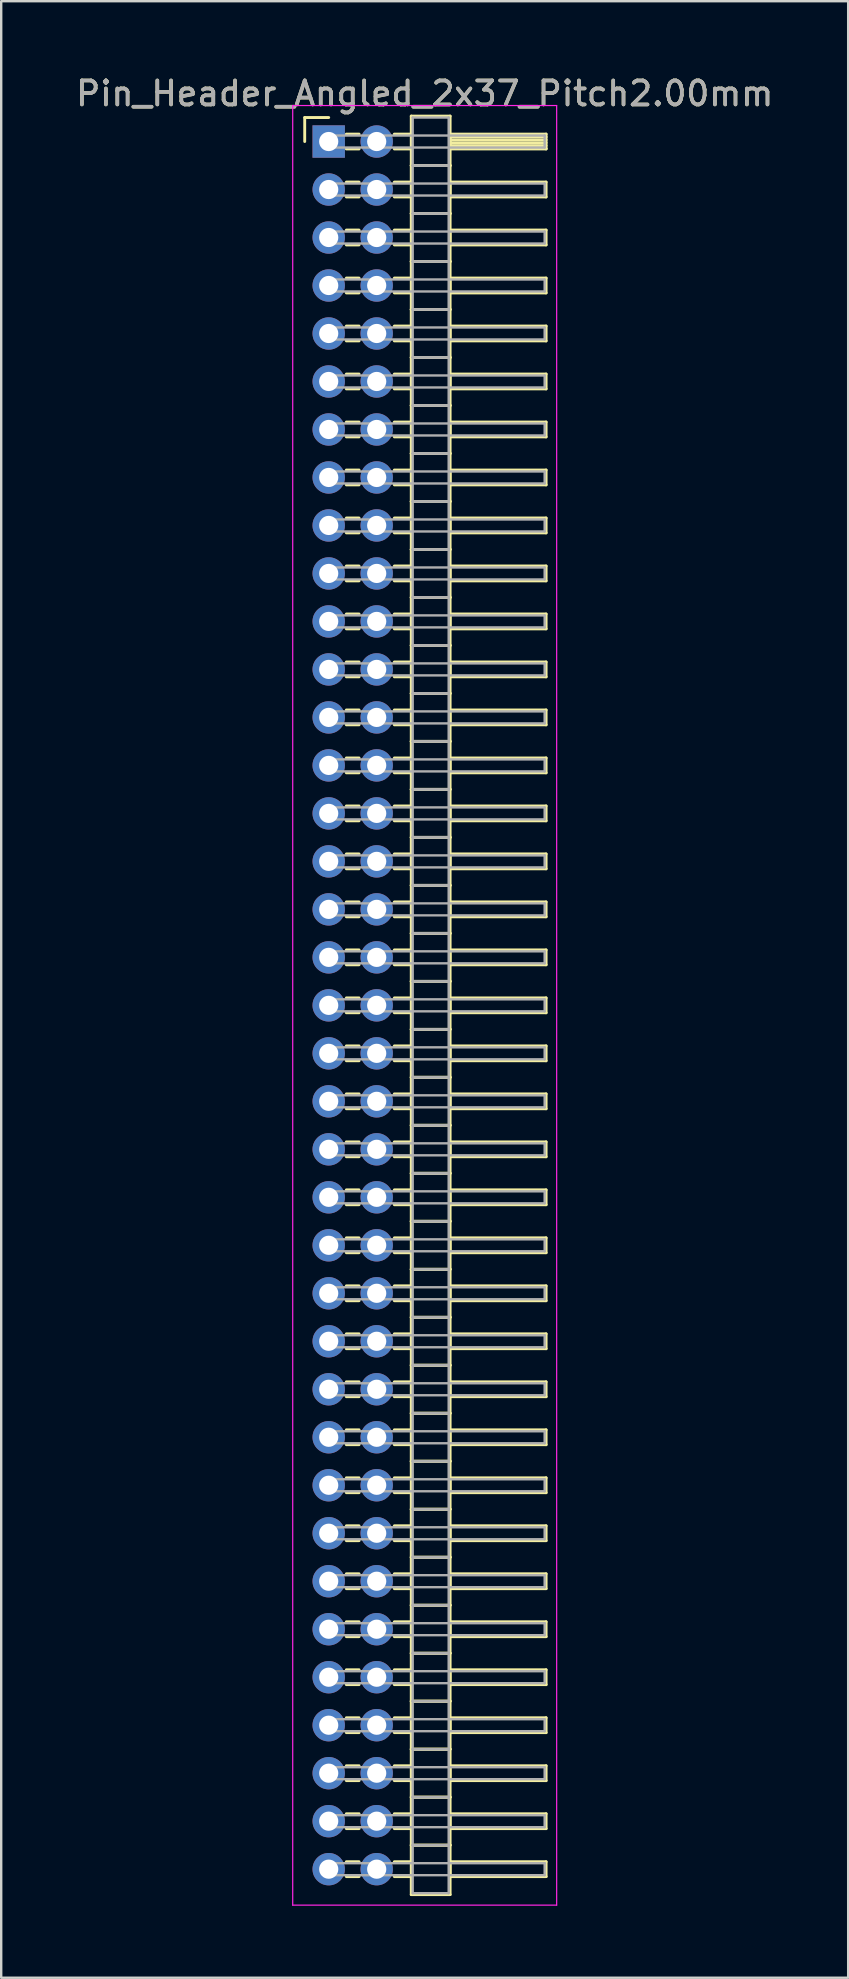
<source format=kicad_pcb>
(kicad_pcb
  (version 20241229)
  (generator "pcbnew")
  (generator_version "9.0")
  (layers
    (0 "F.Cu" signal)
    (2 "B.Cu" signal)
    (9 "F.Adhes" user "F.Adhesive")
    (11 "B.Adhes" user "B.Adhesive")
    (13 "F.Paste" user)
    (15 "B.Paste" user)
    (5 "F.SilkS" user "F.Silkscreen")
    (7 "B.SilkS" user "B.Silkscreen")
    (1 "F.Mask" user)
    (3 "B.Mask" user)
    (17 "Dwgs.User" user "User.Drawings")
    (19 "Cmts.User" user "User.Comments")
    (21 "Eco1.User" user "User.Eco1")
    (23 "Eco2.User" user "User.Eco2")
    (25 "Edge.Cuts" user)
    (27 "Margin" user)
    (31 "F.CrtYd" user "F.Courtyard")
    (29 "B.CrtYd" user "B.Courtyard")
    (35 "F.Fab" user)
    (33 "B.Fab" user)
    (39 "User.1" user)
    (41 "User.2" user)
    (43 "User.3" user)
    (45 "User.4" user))
  (footprint "Pin_Header_Angled_2x37_Pitch2.00mm"
    (layer "F.Cu")
    (at 10.649 2.848)
    (property "Reference" "Pin_Header_Angled_2x37_Pitch2.00mm" (at 4 -2 0) (layer "F.SilkS") (effects (font (size 1 1) (thickness 0.15))))
    (attr through_hole)
    (fp_line (start -1 -1) (end 0 -1) (stroke (width 0.12) (type solid)) (layer "F.SilkS"))
    (fp_line (start -1 0) (end -1 -1) (stroke (width 0.12) (type solid)) (layer "F.SilkS"))
    (fp_line (start 0.735 -0.31) (end 1.265 -0.31) (stroke (width 0.12) (type solid)) (layer "F.SilkS"))
    (fp_line (start 0.735 0.31) (end 1.265 0.31) (stroke (width 0.12) (type solid)) (layer "F.SilkS"))
    (fp_line (start 0.735 1.69) (end 1.265 1.69) (stroke (width 0.12) (type solid)) (layer "F.SilkS"))
    (fp_line (start 0.735 2.31) (end 1.265 2.31) (stroke (width 0.12) (type solid)) (layer "F.SilkS"))
    (fp_line (start 0.735 3.69) (end 1.265 3.69) (stroke (width 0.12) (type solid)) (layer "F.SilkS"))
    (fp_line (start 0.735 4.31) (end 1.265 4.31) (stroke (width 0.12) (type solid)) (layer "F.SilkS"))
    (fp_line (start 0.735 5.69) (end 1.265 5.69) (stroke (width 0.12) (type solid)) (layer "F.SilkS"))
    (fp_line (start 0.735 6.31) (end 1.265 6.31) (stroke (width 0.12) (type solid)) (layer "F.SilkS"))
    (fp_line (start 0.735 7.69) (end 1.265 7.69) (stroke (width 0.12) (type solid)) (layer "F.SilkS"))
    (fp_line (start 0.735 8.31) (end 1.265 8.31) (stroke (width 0.12) (type solid)) (layer "F.SilkS"))
    (fp_line (start 0.735 9.69) (end 1.265 9.69) (stroke (width 0.12) (type solid)) (layer "F.SilkS"))
    (fp_line (start 0.735 10.31) (end 1.265 10.31) (stroke (width 0.12) (type solid)) (layer "F.SilkS"))
    (fp_line (start 0.735 11.69) (end 1.265 11.69) (stroke (width 0.12) (type solid)) (layer "F.SilkS"))
    (fp_line (start 0.735 12.31) (end 1.265 12.31) (stroke (width 0.12) (type solid)) (layer "F.SilkS"))
    (fp_line (start 0.735 13.69) (end 1.265 13.69) (stroke (width 0.12) (type solid)) (layer "F.SilkS"))
    (fp_line (start 0.735 14.31) (end 1.265 14.31) (stroke (width 0.12) (type solid)) (layer "F.SilkS"))
    (fp_line (start 0.735 15.69) (end 1.265 15.69) (stroke (width 0.12) (type solid)) (layer "F.SilkS"))
    (fp_line (start 0.735 16.31) (end 1.265 16.31) (stroke (width 0.12) (type solid)) (layer "F.SilkS"))
    (fp_line (start 0.735 17.69) (end 1.265 17.69) (stroke (width 0.12) (type solid)) (layer "F.SilkS"))
    (fp_line (start 0.735 18.31) (end 1.265 18.31) (stroke (width 0.12) (type solid)) (layer "F.SilkS"))
    (fp_line (start 0.735 19.69) (end 1.265 19.69) (stroke (width 0.12) (type solid)) (layer "F.SilkS"))
    (fp_line (start 0.735 20.31) (end 1.265 20.31) (stroke (width 0.12) (type solid)) (layer "F.SilkS"))
    (fp_line (start 0.735 21.69) (end 1.265 21.69) (stroke (width 0.12) (type solid)) (layer "F.SilkS"))
    (fp_line (start 0.735 22.31) (end 1.265 22.31) (stroke (width 0.12) (type solid)) (layer "F.SilkS"))
    (fp_line (start 0.735 23.69) (end 1.265 23.69) (stroke (width 0.12) (type solid)) (layer "F.SilkS"))
    (fp_line (start 0.735 24.31) (end 1.265 24.31) (stroke (width 0.12) (type solid)) (layer "F.SilkS"))
    (fp_line (start 0.735 25.69) (end 1.265 25.69) (stroke (width 0.12) (type solid)) (layer "F.SilkS"))
    (fp_line (start 0.735 26.31) (end 1.265 26.31) (stroke (width 0.12) (type solid)) (layer "F.SilkS"))
    (fp_line (start 0.735 27.69) (end 1.265 27.69) (stroke (width 0.12) (type solid)) (layer "F.SilkS"))
    (fp_line (start 0.735 28.31) (end 1.265 28.31) (stroke (width 0.12) (type solid)) (layer "F.SilkS"))
    (fp_line (start 0.735 29.69) (end 1.265 29.69) (stroke (width 0.12) (type solid)) (layer "F.SilkS"))
    (fp_line (start 0.735 30.31) (end 1.265 30.31) (stroke (width 0.12) (type solid)) (layer "F.SilkS"))
    (fp_line (start 0.735 31.69) (end 1.265 31.69) (stroke (width 0.12) (type solid)) (layer "F.SilkS"))
    (fp_line (start 0.735 32.31) (end 1.265 32.31) (stroke (width 0.12) (type solid)) (layer "F.SilkS"))
    (fp_line (start 0.735 33.69) (end 1.265 33.69) (stroke (width 0.12) (type solid)) (layer "F.SilkS"))
    (fp_line (start 0.735 34.31) (end 1.265 34.31) (stroke (width 0.12) (type solid)) (layer "F.SilkS"))
    (fp_line (start 0.735 35.69) (end 1.265 35.69) (stroke (width 0.12) (type solid)) (layer "F.SilkS"))
    (fp_line (start 0.735 36.31) (end 1.265 36.31) (stroke (width 0.12) (type solid)) (layer "F.SilkS"))
    (fp_line (start 0.735 37.69) (end 1.265 37.69) (stroke (width 0.12) (type solid)) (layer "F.SilkS"))
    (fp_line (start 0.735 38.31) (end 1.265 38.31) (stroke (width 0.12) (type solid)) (layer "F.SilkS"))
    (fp_line (start 0.735 39.69) (end 1.265 39.69) (stroke (width 0.12) (type solid)) (layer "F.SilkS"))
    (fp_line (start 0.735 40.31) (end 1.265 40.31) (stroke (width 0.12) (type solid)) (layer "F.SilkS"))
    (fp_line (start 0.735 41.69) (end 1.265 41.69) (stroke (width 0.12) (type solid)) (layer "F.SilkS"))
    (fp_line (start 0.735 42.31) (end 1.265 42.31) (stroke (width 0.12) (type solid)) (layer "F.SilkS"))
    (fp_line (start 0.735 43.69) (end 1.265 43.69) (stroke (width 0.12) (type solid)) (layer "F.SilkS"))
    (fp_line (start 0.735 44.31) (end 1.265 44.31) (stroke (width 0.12) (type solid)) (layer "F.SilkS"))
    (fp_line (start 0.735 45.69) (end 1.265 45.69) (stroke (width 0.12) (type solid)) (layer "F.SilkS"))
    (fp_line (start 0.735 46.31) (end 1.265 46.31) (stroke (width 0.12) (type solid)) (layer "F.SilkS"))
    (fp_line (start 0.735 47.69) (end 1.265 47.69) (stroke (width 0.12) (type solid)) (layer "F.SilkS"))
    (fp_line (start 0.735 48.31) (end 1.265 48.31) (stroke (width 0.12) (type solid)) (layer "F.SilkS"))
    (fp_line (start 0.735 49.69) (end 1.265 49.69) (stroke (width 0.12) (type solid)) (layer "F.SilkS"))
    (fp_line (start 0.735 50.31) (end 1.265 50.31) (stroke (width 0.12) (type solid)) (layer "F.SilkS"))
    (fp_line (start 0.735 51.69) (end 1.265 51.69) (stroke (width 0.12) (type solid)) (layer "F.SilkS"))
    (fp_line (start 0.735 52.31) (end 1.265 52.31) (stroke (width 0.12) (type solid)) (layer "F.SilkS"))
    (fp_line (start 0.735 53.69) (end 1.265 53.69) (stroke (width 0.12) (type solid)) (layer "F.SilkS"))
    (fp_line (start 0.735 54.31) (end 1.265 54.31) (stroke (width 0.12) (type solid)) (layer "F.SilkS"))
    (fp_line (start 0.735 55.69) (end 1.265 55.69) (stroke (width 0.12) (type solid)) (layer "F.SilkS"))
    (fp_line (start 0.735 56.31) (end 1.265 56.31) (stroke (width 0.12) (type solid)) (layer "F.SilkS"))
    (fp_line (start 0.735 57.69) (end 1.265 57.69) (stroke (width 0.12) (type solid)) (layer "F.SilkS"))
    (fp_line (start 0.735 58.31) (end 1.265 58.31) (stroke (width 0.12) (type solid)) (layer "F.SilkS"))
    (fp_line (start 0.735 59.69) (end 1.265 59.69) (stroke (width 0.12) (type solid)) (layer "F.SilkS"))
    (fp_line (start 0.735 60.31) (end 1.265 60.31) (stroke (width 0.12) (type solid)) (layer "F.SilkS"))
    (fp_line (start 0.735 61.69) (end 1.265 61.69) (stroke (width 0.12) (type solid)) (layer "F.SilkS"))
    (fp_line (start 0.735 62.31) (end 1.265 62.31) (stroke (width 0.12) (type solid)) (layer "F.SilkS"))
    (fp_line (start 0.735 63.69) (end 1.265 63.69) (stroke (width 0.12) (type solid)) (layer "F.SilkS"))
    (fp_line (start 0.735 64.31) (end 1.265 64.31) (stroke (width 0.12) (type solid)) (layer "F.SilkS"))
    (fp_line (start 0.735 65.69) (end 1.265 65.69) (stroke (width 0.12) (type solid)) (layer "F.SilkS"))
    (fp_line (start 0.735 66.31) (end 1.265 66.31) (stroke (width 0.12) (type solid)) (layer "F.SilkS"))
    (fp_line (start 0.735 67.69) (end 1.265 67.69) (stroke (width 0.12) (type solid)) (layer "F.SilkS"))
    (fp_line (start 0.735 68.31) (end 1.265 68.31) (stroke (width 0.12) (type solid)) (layer "F.SilkS"))
    (fp_line (start 0.735 69.69) (end 1.265 69.69) (stroke (width 0.12) (type solid)) (layer "F.SilkS"))
    (fp_line (start 0.735 70.31) (end 1.265 70.31) (stroke (width 0.12) (type solid)) (layer "F.SilkS"))
    (fp_line (start 0.735 71.69) (end 1.265 71.69) (stroke (width 0.12) (type solid)) (layer "F.SilkS"))
    (fp_line (start 0.735 72.31) (end 1.265 72.31) (stroke (width 0.12) (type solid)) (layer "F.SilkS"))
    (fp_line (start 2.735 -0.31) (end 3.44 -0.31) (stroke (width 0.12) (type solid)) (layer "F.SilkS"))
    (fp_line (start 2.735 0.31) (end 3.44 0.31) (stroke (width 0.12) (type solid)) (layer "F.SilkS"))
    (fp_line (start 2.735 1.69) (end 3.44 1.69) (stroke (width 0.12) (type solid)) (layer "F.SilkS"))
    (fp_line (start 2.735 2.31) (end 3.44 2.31) (stroke (width 0.12) (type solid)) (layer "F.SilkS"))
    (fp_line (start 2.735 3.69) (end 3.44 3.69) (stroke (width 0.12) (type solid)) (layer "F.SilkS"))
    (fp_line (start 2.735 4.31) (end 3.44 4.31) (stroke (width 0.12) (type solid)) (layer "F.SilkS"))
    (fp_line (start 2.735 5.69) (end 3.44 5.69) (stroke (width 0.12) (type solid)) (layer "F.SilkS"))
    (fp_line (start 2.735 6.31) (end 3.44 6.31) (stroke (width 0.12) (type solid)) (layer "F.SilkS"))
    (fp_line (start 2.735 7.69) (end 3.44 7.69) (stroke (width 0.12) (type solid)) (layer "F.SilkS"))
    (fp_line (start 2.735 8.31) (end 3.44 8.31) (stroke (width 0.12) (type solid)) (layer "F.SilkS"))
    (fp_line (start 2.735 9.69) (end 3.44 9.69) (stroke (width 0.12) (type solid)) (layer "F.SilkS"))
    (fp_line (start 2.735 10.31) (end 3.44 10.31) (stroke (width 0.12) (type solid)) (layer "F.SilkS"))
    (fp_line (start 2.735 11.69) (end 3.44 11.69) (stroke (width 0.12) (type solid)) (layer "F.SilkS"))
    (fp_line (start 2.735 12.31) (end 3.44 12.31) (stroke (width 0.12) (type solid)) (layer "F.SilkS"))
    (fp_line (start 2.735 13.69) (end 3.44 13.69) (stroke (width 0.12) (type solid)) (layer "F.SilkS"))
    (fp_line (start 2.735 14.31) (end 3.44 14.31) (stroke (width 0.12) (type solid)) (layer "F.SilkS"))
    (fp_line (start 2.735 15.69) (end 3.44 15.69) (stroke (width 0.12) (type solid)) (layer "F.SilkS"))
    (fp_line (start 2.735 16.31) (end 3.44 16.31) (stroke (width 0.12) (type solid)) (layer "F.SilkS"))
    (fp_line (start 2.735 17.69) (end 3.44 17.69) (stroke (width 0.12) (type solid)) (layer "F.SilkS"))
    (fp_line (start 2.735 18.31) (end 3.44 18.31) (stroke (width 0.12) (type solid)) (layer "F.SilkS"))
    (fp_line (start 2.735 19.69) (end 3.44 19.69) (stroke (width 0.12) (type solid)) (layer "F.SilkS"))
    (fp_line (start 2.735 20.31) (end 3.44 20.31) (stroke (width 0.12) (type solid)) (layer "F.SilkS"))
    (fp_line (start 2.735 21.69) (end 3.44 21.69) (stroke (width 0.12) (type solid)) (layer "F.SilkS"))
    (fp_line (start 2.735 22.31) (end 3.44 22.31) (stroke (width 0.12) (type solid)) (layer "F.SilkS"))
    (fp_line (start 2.735 23.69) (end 3.44 23.69) (stroke (width 0.12) (type solid)) (layer "F.SilkS"))
    (fp_line (start 2.735 24.31) (end 3.44 24.31) (stroke (width 0.12) (type solid)) (layer "F.SilkS"))
    (fp_line (start 2.735 25.69) (end 3.44 25.69) (stroke (width 0.12) (type solid)) (layer "F.SilkS"))
    (fp_line (start 2.735 26.31) (end 3.44 26.31) (stroke (width 0.12) (type solid)) (layer "F.SilkS"))
    (fp_line (start 2.735 27.69) (end 3.44 27.69) (stroke (width 0.12) (type solid)) (layer "F.SilkS"))
    (fp_line (start 2.735 28.31) (end 3.44 28.31) (stroke (width 0.12) (type solid)) (layer "F.SilkS"))
    (fp_line (start 2.735 29.69) (end 3.44 29.69) (stroke (width 0.12) (type solid)) (layer "F.SilkS"))
    (fp_line (start 2.735 30.31) (end 3.44 30.31) (stroke (width 0.12) (type solid)) (layer "F.SilkS"))
    (fp_line (start 2.735 31.69) (end 3.44 31.69) (stroke (width 0.12) (type solid)) (layer "F.SilkS"))
    (fp_line (start 2.735 32.31) (end 3.44 32.31) (stroke (width 0.12) (type solid)) (layer "F.SilkS"))
    (fp_line (start 2.735 33.69) (end 3.44 33.69) (stroke (width 0.12) (type solid)) (layer "F.SilkS"))
    (fp_line (start 2.735 34.31) (end 3.44 34.31) (stroke (width 0.12) (type solid)) (layer "F.SilkS"))
    (fp_line (start 2.735 35.69) (end 3.44 35.69) (stroke (width 0.12) (type solid)) (layer "F.SilkS"))
    (fp_line (start 2.735 36.31) (end 3.44 36.31) (stroke (width 0.12) (type solid)) (layer "F.SilkS"))
    (fp_line (start 2.735 37.69) (end 3.44 37.69) (stroke (width 0.12) (type solid)) (layer "F.SilkS"))
    (fp_line (start 2.735 38.31) (end 3.44 38.31) (stroke (width 0.12) (type solid)) (layer "F.SilkS"))
    (fp_line (start 2.735 39.69) (end 3.44 39.69) (stroke (width 0.12) (type solid)) (layer "F.SilkS"))
    (fp_line (start 2.735 40.31) (end 3.44 40.31) (stroke (width 0.12) (type solid)) (layer "F.SilkS"))
    (fp_line (start 2.735 41.69) (end 3.44 41.69) (stroke (width 0.12) (type solid)) (layer "F.SilkS"))
    (fp_line (start 2.735 42.31) (end 3.44 42.31) (stroke (width 0.12) (type solid)) (layer "F.SilkS"))
    (fp_line (start 2.735 43.69) (end 3.44 43.69) (stroke (width 0.12) (type solid)) (layer "F.SilkS"))
    (fp_line (start 2.735 44.31) (end 3.44 44.31) (stroke (width 0.12) (type solid)) (layer "F.SilkS"))
    (fp_line (start 2.735 45.69) (end 3.44 45.69) (stroke (width 0.12) (type solid)) (layer "F.SilkS"))
    (fp_line (start 2.735 46.31) (end 3.44 46.31) (stroke (width 0.12) (type solid)) (layer "F.SilkS"))
    (fp_line (start 2.735 47.69) (end 3.44 47.69) (stroke (width 0.12) (type solid)) (layer "F.SilkS"))
    (fp_line (start 2.735 48.31) (end 3.44 48.31) (stroke (width 0.12) (type solid)) (layer "F.SilkS"))
    (fp_line (start 2.735 49.69) (end 3.44 49.69) (stroke (width 0.12) (type solid)) (layer "F.SilkS"))
    (fp_line (start 2.735 50.31) (end 3.44 50.31) (stroke (width 0.12) (type solid)) (layer "F.SilkS"))
    (fp_line (start 2.735 51.69) (end 3.44 51.69) (stroke (width 0.12) (type solid)) (layer "F.SilkS"))
    (fp_line (start 2.735 52.31) (end 3.44 52.31) (stroke (width 0.12) (type solid)) (layer "F.SilkS"))
    (fp_line (start 2.735 53.69) (end 3.44 53.69) (stroke (width 0.12) (type solid)) (layer "F.SilkS"))
    (fp_line (start 2.735 54.31) (end 3.44 54.31) (stroke (width 0.12) (type solid)) (layer "F.SilkS"))
    (fp_line (start 2.735 55.69) (end 3.44 55.69) (stroke (width 0.12) (type solid)) (layer "F.SilkS"))
    (fp_line (start 2.735 56.31) (end 3.44 56.31) (stroke (width 0.12) (type solid)) (layer "F.SilkS"))
    (fp_line (start 2.735 57.69) (end 3.44 57.69) (stroke (width 0.12) (type solid)) (layer "F.SilkS"))
    (fp_line (start 2.735 58.31) (end 3.44 58.31) (stroke (width 0.12) (type solid)) (layer "F.SilkS"))
    (fp_line (start 2.735 59.69) (end 3.44 59.69) (stroke (width 0.12) (type solid)) (layer "F.SilkS"))
    (fp_line (start 2.735 60.31) (end 3.44 60.31) (stroke (width 0.12) (type solid)) (layer "F.SilkS"))
    (fp_line (start 2.735 61.69) (end 3.44 61.69) (stroke (width 0.12) (type solid)) (layer "F.SilkS"))
    (fp_line (start 2.735 62.31) (end 3.44 62.31) (stroke (width 0.12) (type solid)) (layer "F.SilkS"))
    (fp_line (start 2.735 63.69) (end 3.44 63.69) (stroke (width 0.12) (type solid)) (layer "F.SilkS"))
    (fp_line (start 2.735 64.31) (end 3.44 64.31) (stroke (width 0.12) (type solid)) (layer "F.SilkS"))
    (fp_line (start 2.735 65.69) (end 3.44 65.69) (stroke (width 0.12) (type solid)) (layer "F.SilkS"))
    (fp_line (start 2.735 66.31) (end 3.44 66.31) (stroke (width 0.12) (type solid)) (layer "F.SilkS"))
    (fp_line (start 2.735 67.69) (end 3.44 67.69) (stroke (width 0.12) (type solid)) (layer "F.SilkS"))
    (fp_line (start 2.735 68.31) (end 3.44 68.31) (stroke (width 0.12) (type solid)) (layer "F.SilkS"))
    (fp_line (start 2.735 69.69) (end 3.44 69.69) (stroke (width 0.12) (type solid)) (layer "F.SilkS"))
    (fp_line (start 2.735 70.31) (end 3.44 70.31) (stroke (width 0.12) (type solid)) (layer "F.SilkS"))
    (fp_line (start 2.735 71.69) (end 3.44 71.69) (stroke (width 0.12) (type solid)) (layer "F.SilkS"))
    (fp_line (start 2.735 72.31) (end 3.44 72.31) (stroke (width 0.12) (type solid)) (layer "F.SilkS"))
    (fp_line (start 3.44 -1.06) (end 3.44 1) (stroke (width 0.12) (type solid)) (layer "F.SilkS"))
    (fp_line (start 3.44 1) (end 3.44 3) (stroke (width 0.12) (type solid)) (layer "F.SilkS"))
    (fp_line (start 3.44 1) (end 5.06 1) (stroke (width 0.12) (type solid)) (layer "F.SilkS"))
    (fp_line (start 3.44 3) (end 3.44 5) (stroke (width 0.12) (type solid)) (layer "F.SilkS"))
    (fp_line (start 3.44 3) (end 5.06 3) (stroke (width 0.12) (type solid)) (layer "F.SilkS"))
    (fp_line (start 3.44 5) (end 3.44 7) (stroke (width 0.12) (type solid)) (layer "F.SilkS"))
    (fp_line (start 3.44 5) (end 5.06 5) (stroke (width 0.12) (type solid)) (layer "F.SilkS"))
    (fp_line (start 3.44 7) (end 3.44 9) (stroke (width 0.12) (type solid)) (layer "F.SilkS"))
    (fp_line (start 3.44 7) (end 5.06 7) (stroke (width 0.12) (type solid)) (layer "F.SilkS"))
    (fp_line (start 3.44 9) (end 3.44 11) (stroke (width 0.12) (type solid)) (layer "F.SilkS"))
    (fp_line (start 3.44 9) (end 5.06 9) (stroke (width 0.12) (type solid)) (layer "F.SilkS"))
    (fp_line (start 3.44 11) (end 3.44 13) (stroke (width 0.12) (type solid)) (layer "F.SilkS"))
    (fp_line (start 3.44 11) (end 5.06 11) (stroke (width 0.12) (type solid)) (layer "F.SilkS"))
    (fp_line (start 3.44 13) (end 3.44 15) (stroke (width 0.12) (type solid)) (layer "F.SilkS"))
    (fp_line (start 3.44 13) (end 5.06 13) (stroke (width 0.12) (type solid)) (layer "F.SilkS"))
    (fp_line (start 3.44 15) (end 3.44 17) (stroke (width 0.12) (type solid)) (layer "F.SilkS"))
    (fp_line (start 3.44 15) (end 5.06 15) (stroke (width 0.12) (type solid)) (layer "F.SilkS"))
    (fp_line (start 3.44 17) (end 3.44 19) (stroke (width 0.12) (type solid)) (layer "F.SilkS"))
    (fp_line (start 3.44 17) (end 5.06 17) (stroke (width 0.12) (type solid)) (layer "F.SilkS"))
    (fp_line (start 3.44 19) (end 3.44 21) (stroke (width 0.12) (type solid)) (layer "F.SilkS"))
    (fp_line (start 3.44 19) (end 5.06 19) (stroke (width 0.12) (type solid)) (layer "F.SilkS"))
    (fp_line (start 3.44 21) (end 3.44 23) (stroke (width 0.12) (type solid)) (layer "F.SilkS"))
    (fp_line (start 3.44 21) (end 5.06 21) (stroke (width 0.12) (type solid)) (layer "F.SilkS"))
    (fp_line (start 3.44 23) (end 3.44 25) (stroke (width 0.12) (type solid)) (layer "F.SilkS"))
    (fp_line (start 3.44 23) (end 5.06 23) (stroke (width 0.12) (type solid)) (layer "F.SilkS"))
    (fp_line (start 3.44 25) (end 3.44 27) (stroke (width 0.12) (type solid)) (layer "F.SilkS"))
    (fp_line (start 3.44 25) (end 5.06 25) (stroke (width 0.12) (type solid)) (layer "F.SilkS"))
    (fp_line (start 3.44 27) (end 3.44 29) (stroke (width 0.12) (type solid)) (layer "F.SilkS"))
    (fp_line (start 3.44 27) (end 5.06 27) (stroke (width 0.12) (type solid)) (layer "F.SilkS"))
    (fp_line (start 3.44 29) (end 3.44 31) (stroke (width 0.12) (type solid)) (layer "F.SilkS"))
    (fp_line (start 3.44 29) (end 5.06 29) (stroke (width 0.12) (type solid)) (layer "F.SilkS"))
    (fp_line (start 3.44 31) (end 3.44 33) (stroke (width 0.12) (type solid)) (layer "F.SilkS"))
    (fp_line (start 3.44 31) (end 5.06 31) (stroke (width 0.12) (type solid)) (layer "F.SilkS"))
    (fp_line (start 3.44 33) (end 3.44 35) (stroke (width 0.12) (type solid)) (layer "F.SilkS"))
    (fp_line (start 3.44 33) (end 5.06 33) (stroke (width 0.12) (type solid)) (layer "F.SilkS"))
    (fp_line (start 3.44 35) (end 3.44 37) (stroke (width 0.12) (type solid)) (layer "F.SilkS"))
    (fp_line (start 3.44 35) (end 5.06 35) (stroke (width 0.12) (type solid)) (layer "F.SilkS"))
    (fp_line (start 3.44 37) (end 3.44 39) (stroke (width 0.12) (type solid)) (layer "F.SilkS"))
    (fp_line (start 3.44 37) (end 5.06 37) (stroke (width 0.12) (type solid)) (layer "F.SilkS"))
    (fp_line (start 3.44 39) (end 3.44 41) (stroke (width 0.12) (type solid)) (layer "F.SilkS"))
    (fp_line (start 3.44 39) (end 5.06 39) (stroke (width 0.12) (type solid)) (layer "F.SilkS"))
    (fp_line (start 3.44 41) (end 3.44 43) (stroke (width 0.12) (type solid)) (layer "F.SilkS"))
    (fp_line (start 3.44 41) (end 5.06 41) (stroke (width 0.12) (type solid)) (layer "F.SilkS"))
    (fp_line (start 3.44 43) (end 3.44 45) (stroke (width 0.12) (type solid)) (layer "F.SilkS"))
    (fp_line (start 3.44 43) (end 5.06 43) (stroke (width 0.12) (type solid)) (layer "F.SilkS"))
    (fp_line (start 3.44 45) (end 3.44 47) (stroke (width 0.12) (type solid)) (layer "F.SilkS"))
    (fp_line (start 3.44 45) (end 5.06 45) (stroke (width 0.12) (type solid)) (layer "F.SilkS"))
    (fp_line (start 3.44 47) (end 3.44 49) (stroke (width 0.12) (type solid)) (layer "F.SilkS"))
    (fp_line (start 3.44 47) (end 5.06 47) (stroke (width 0.12) (type solid)) (layer "F.SilkS"))
    (fp_line (start 3.44 49) (end 3.44 51) (stroke (width 0.12) (type solid)) (layer "F.SilkS"))
    (fp_line (start 3.44 49) (end 5.06 49) (stroke (width 0.12) (type solid)) (layer "F.SilkS"))
    (fp_line (start 3.44 51) (end 3.44 53) (stroke (width 0.12) (type solid)) (layer "F.SilkS"))
    (fp_line (start 3.44 51) (end 5.06 51) (stroke (width 0.12) (type solid)) (layer "F.SilkS"))
    (fp_line (start 3.44 53) (end 3.44 55) (stroke (width 0.12) (type solid)) (layer "F.SilkS"))
    (fp_line (start 3.44 53) (end 5.06 53) (stroke (width 0.12) (type solid)) (layer "F.SilkS"))
    (fp_line (start 3.44 55) (end 3.44 57) (stroke (width 0.12) (type solid)) (layer "F.SilkS"))
    (fp_line (start 3.44 55) (end 5.06 55) (stroke (width 0.12) (type solid)) (layer "F.SilkS"))
    (fp_line (start 3.44 57) (end 3.44 59) (stroke (width 0.12) (type solid)) (layer "F.SilkS"))
    (fp_line (start 3.44 57) (end 5.06 57) (stroke (width 0.12) (type solid)) (layer "F.SilkS"))
    (fp_line (start 3.44 59) (end 3.44 61) (stroke (width 0.12) (type solid)) (layer "F.SilkS"))
    (fp_line (start 3.44 59) (end 5.06 59) (stroke (width 0.12) (type solid)) (layer "F.SilkS"))
    (fp_line (start 3.44 61) (end 3.44 63) (stroke (width 0.12) (type solid)) (layer "F.SilkS"))
    (fp_line (start 3.44 61) (end 5.06 61) (stroke (width 0.12) (type solid)) (layer "F.SilkS"))
    (fp_line (start 3.44 63) (end 3.44 65) (stroke (width 0.12) (type solid)) (layer "F.SilkS"))
    (fp_line (start 3.44 63) (end 5.06 63) (stroke (width 0.12) (type solid)) (layer "F.SilkS"))
    (fp_line (start 3.44 65) (end 3.44 67) (stroke (width 0.12) (type solid)) (layer "F.SilkS"))
    (fp_line (start 3.44 65) (end 5.06 65) (stroke (width 0.12) (type solid)) (layer "F.SilkS"))
    (fp_line (start 3.44 67) (end 3.44 69) (stroke (width 0.12) (type solid)) (layer "F.SilkS"))
    (fp_line (start 3.44 67) (end 5.06 67) (stroke (width 0.12) (type solid)) (layer "F.SilkS"))
    (fp_line (start 3.44 69) (end 3.44 71) (stroke (width 0.12) (type solid)) (layer "F.SilkS"))
    (fp_line (start 3.44 69) (end 5.06 69) (stroke (width 0.12) (type solid)) (layer "F.SilkS"))
    (fp_line (start 3.44 71) (end 3.44 73.06) (stroke (width 0.12) (type solid)) (layer "F.SilkS"))
    (fp_line (start 3.44 71) (end 5.06 71) (stroke (width 0.12) (type solid)) (layer "F.SilkS"))
    (fp_line (start 3.44 73.06) (end 5.06 73.06) (stroke (width 0.12) (type solid)) (layer "F.SilkS"))
    (fp_line (start 5.06 -1.06) (end 3.44 -1.06) (stroke (width 0.12) (type solid)) (layer "F.SilkS"))
    (fp_line (start 5.06 -0.31) (end 5.06 0.31) (stroke (width 0.12) (type solid)) (layer "F.SilkS"))
    (fp_line (start 5.06 -0.19) (end 9.06 -0.19) (stroke (width 0.12) (type solid)) (layer "F.SilkS"))
    (fp_line (start 5.06 -0.07) (end 9.06 -0.07) (stroke (width 0.12) (type solid)) (layer "F.SilkS"))
    (fp_line (start 5.06 0.05) (end 9.06 0.05) (stroke (width 0.12) (type solid)) (layer "F.SilkS"))
    (fp_line (start 5.06 0.17) (end 9.06 0.17) (stroke (width 0.12) (type solid)) (layer "F.SilkS"))
    (fp_line (start 5.06 0.29) (end 9.06 0.29) (stroke (width 0.12) (type solid)) (layer "F.SilkS"))
    (fp_line (start 5.06 0.31) (end 9.06 0.31) (stroke (width 0.12) (type solid)) (layer "F.SilkS"))
    (fp_line (start 5.06 1) (end 3.44 1) (stroke (width 0.12) (type solid)) (layer "F.SilkS"))
    (fp_line (start 5.06 1) (end 5.06 -1.06) (stroke (width 0.12) (type solid)) (layer "F.SilkS"))
    (fp_line (start 5.06 1.69) (end 5.06 2.31) (stroke (width 0.12) (type solid)) (layer "F.SilkS"))
    (fp_line (start 5.06 2.31) (end 9.06 2.31) (stroke (width 0.12) (type solid)) (layer "F.SilkS"))
    (fp_line (start 5.06 3) (end 3.44 3) (stroke (width 0.12) (type solid)) (layer "F.SilkS"))
    (fp_line (start 5.06 3) (end 5.06 1) (stroke (width 0.12) (type solid)) (layer "F.SilkS"))
    (fp_line (start 5.06 3.69) (end 5.06 4.31) (stroke (width 0.12) (type solid)) (layer "F.SilkS"))
    (fp_line (start 5.06 4.31) (end 9.06 4.31) (stroke (width 0.12) (type solid)) (layer "F.SilkS"))
    (fp_line (start 5.06 5) (end 3.44 5) (stroke (width 0.12) (type solid)) (layer "F.SilkS"))
    (fp_line (start 5.06 5) (end 5.06 3) (stroke (width 0.12) (type solid)) (layer "F.SilkS"))
    (fp_line (start 5.06 5.69) (end 5.06 6.31) (stroke (width 0.12) (type solid)) (layer "F.SilkS"))
    (fp_line (start 5.06 6.31) (end 9.06 6.31) (stroke (width 0.12) (type solid)) (layer "F.SilkS"))
    (fp_line (start 5.06 7) (end 3.44 7) (stroke (width 0.12) (type solid)) (layer "F.SilkS"))
    (fp_line (start 5.06 7) (end 5.06 5) (stroke (width 0.12) (type solid)) (layer "F.SilkS"))
    (fp_line (start 5.06 7.69) (end 5.06 8.31) (stroke (width 0.12) (type solid)) (layer "F.SilkS"))
    (fp_line (start 5.06 8.31) (end 9.06 8.31) (stroke (width 0.12) (type solid)) (layer "F.SilkS"))
    (fp_line (start 5.06 9) (end 3.44 9) (stroke (width 0.12) (type solid)) (layer "F.SilkS"))
    (fp_line (start 5.06 9) (end 5.06 7) (stroke (width 0.12) (type solid)) (layer "F.SilkS"))
    (fp_line (start 5.06 9.69) (end 5.06 10.31) (stroke (width 0.12) (type solid)) (layer "F.SilkS"))
    (fp_line (start 5.06 10.31) (end 9.06 10.31) (stroke (width 0.12) (type solid)) (layer "F.SilkS"))
    (fp_line (start 5.06 11) (end 3.44 11) (stroke (width 0.12) (type solid)) (layer "F.SilkS"))
    (fp_line (start 5.06 11) (end 5.06 9) (stroke (width 0.12) (type solid)) (layer "F.SilkS"))
    (fp_line (start 5.06 11.69) (end 5.06 12.31) (stroke (width 0.12) (type solid)) (layer "F.SilkS"))
    (fp_line (start 5.06 12.31) (end 9.06 12.31) (stroke (width 0.12) (type solid)) (layer "F.SilkS"))
    (fp_line (start 5.06 13) (end 3.44 13) (stroke (width 0.12) (type solid)) (layer "F.SilkS"))
    (fp_line (start 5.06 13) (end 5.06 11) (stroke (width 0.12) (type solid)) (layer "F.SilkS"))
    (fp_line (start 5.06 13.69) (end 5.06 14.31) (stroke (width 0.12) (type solid)) (layer "F.SilkS"))
    (fp_line (start 5.06 14.31) (end 9.06 14.31) (stroke (width 0.12) (type solid)) (layer "F.SilkS"))
    (fp_line (start 5.06 15) (end 3.44 15) (stroke (width 0.12) (type solid)) (layer "F.SilkS"))
    (fp_line (start 5.06 15) (end 5.06 13) (stroke (width 0.12) (type solid)) (layer "F.SilkS"))
    (fp_line (start 5.06 15.69) (end 5.06 16.31) (stroke (width 0.12) (type solid)) (layer "F.SilkS"))
    (fp_line (start 5.06 16.31) (end 9.06 16.31) (stroke (width 0.12) (type solid)) (layer "F.SilkS"))
    (fp_line (start 5.06 17) (end 3.44 17) (stroke (width 0.12) (type solid)) (layer "F.SilkS"))
    (fp_line (start 5.06 17) (end 5.06 15) (stroke (width 0.12) (type solid)) (layer "F.SilkS"))
    (fp_line (start 5.06 17.69) (end 5.06 18.31) (stroke (width 0.12) (type solid)) (layer "F.SilkS"))
    (fp_line (start 5.06 18.31) (end 9.06 18.31) (stroke (width 0.12) (type solid)) (layer "F.SilkS"))
    (fp_line (start 5.06 19) (end 3.44 19) (stroke (width 0.12) (type solid)) (layer "F.SilkS"))
    (fp_line (start 5.06 19) (end 5.06 17) (stroke (width 0.12) (type solid)) (layer "F.SilkS"))
    (fp_line (start 5.06 19.69) (end 5.06 20.31) (stroke (width 0.12) (type solid)) (layer "F.SilkS"))
    (fp_line (start 5.06 20.31) (end 9.06 20.31) (stroke (width 0.12) (type solid)) (layer "F.SilkS"))
    (fp_line (start 5.06 21) (end 3.44 21) (stroke (width 0.12) (type solid)) (layer "F.SilkS"))
    (fp_line (start 5.06 21) (end 5.06 19) (stroke (width 0.12) (type solid)) (layer "F.SilkS"))
    (fp_line (start 5.06 21.69) (end 5.06 22.31) (stroke (width 0.12) (type solid)) (layer "F.SilkS"))
    (fp_line (start 5.06 22.31) (end 9.06 22.31) (stroke (width 0.12) (type solid)) (layer "F.SilkS"))
    (fp_line (start 5.06 23) (end 3.44 23) (stroke (width 0.12) (type solid)) (layer "F.SilkS"))
    (fp_line (start 5.06 23) (end 5.06 21) (stroke (width 0.12) (type solid)) (layer "F.SilkS"))
    (fp_line (start 5.06 23.69) (end 5.06 24.31) (stroke (width 0.12) (type solid)) (layer "F.SilkS"))
    (fp_line (start 5.06 24.31) (end 9.06 24.31) (stroke (width 0.12) (type solid)) (layer "F.SilkS"))
    (fp_line (start 5.06 25) (end 3.44 25) (stroke (width 0.12) (type solid)) (layer "F.SilkS"))
    (fp_line (start 5.06 25) (end 5.06 23) (stroke (width 0.12) (type solid)) (layer "F.SilkS"))
    (fp_line (start 5.06 25.69) (end 5.06 26.31) (stroke (width 0.12) (type solid)) (layer "F.SilkS"))
    (fp_line (start 5.06 26.31) (end 9.06 26.31) (stroke (width 0.12) (type solid)) (layer "F.SilkS"))
    (fp_line (start 5.06 27) (end 3.44 27) (stroke (width 0.12) (type solid)) (layer "F.SilkS"))
    (fp_line (start 5.06 27) (end 5.06 25) (stroke (width 0.12) (type solid)) (layer "F.SilkS"))
    (fp_line (start 5.06 27.69) (end 5.06 28.31) (stroke (width 0.12) (type solid)) (layer "F.SilkS"))
    (fp_line (start 5.06 28.31) (end 9.06 28.31) (stroke (width 0.12) (type solid)) (layer "F.SilkS"))
    (fp_line (start 5.06 29) (end 3.44 29) (stroke (width 0.12) (type solid)) (layer "F.SilkS"))
    (fp_line (start 5.06 29) (end 5.06 27) (stroke (width 0.12) (type solid)) (layer "F.SilkS"))
    (fp_line (start 5.06 29.69) (end 5.06 30.31) (stroke (width 0.12) (type solid)) (layer "F.SilkS"))
    (fp_line (start 5.06 30.31) (end 9.06 30.31) (stroke (width 0.12) (type solid)) (layer "F.SilkS"))
    (fp_line (start 5.06 31) (end 3.44 31) (stroke (width 0.12) (type solid)) (layer "F.SilkS"))
    (fp_line (start 5.06 31) (end 5.06 29) (stroke (width 0.12) (type solid)) (layer "F.SilkS"))
    (fp_line (start 5.06 31.69) (end 5.06 32.31) (stroke (width 0.12) (type solid)) (layer "F.SilkS"))
    (fp_line (start 5.06 32.31) (end 9.06 32.31) (stroke (width 0.12) (type solid)) (layer "F.SilkS"))
    (fp_line (start 5.06 33) (end 3.44 33) (stroke (width 0.12) (type solid)) (layer "F.SilkS"))
    (fp_line (start 5.06 33) (end 5.06 31) (stroke (width 0.12) (type solid)) (layer "F.SilkS"))
    (fp_line (start 5.06 33.69) (end 5.06 34.31) (stroke (width 0.12) (type solid)) (layer "F.SilkS"))
    (fp_line (start 5.06 34.31) (end 9.06 34.31) (stroke (width 0.12) (type solid)) (layer "F.SilkS"))
    (fp_line (start 5.06 35) (end 3.44 35) (stroke (width 0.12) (type solid)) (layer "F.SilkS"))
    (fp_line (start 5.06 35) (end 5.06 33) (stroke (width 0.12) (type solid)) (layer "F.SilkS"))
    (fp_line (start 5.06 35.69) (end 5.06 36.31) (stroke (width 0.12) (type solid)) (layer "F.SilkS"))
    (fp_line (start 5.06 36.31) (end 9.06 36.31) (stroke (width 0.12) (type solid)) (layer "F.SilkS"))
    (fp_line (start 5.06 37) (end 3.44 37) (stroke (width 0.12) (type solid)) (layer "F.SilkS"))
    (fp_line (start 5.06 37) (end 5.06 35) (stroke (width 0.12) (type solid)) (layer "F.SilkS"))
    (fp_line (start 5.06 37.69) (end 5.06 38.31) (stroke (width 0.12) (type solid)) (layer "F.SilkS"))
    (fp_line (start 5.06 38.31) (end 9.06 38.31) (stroke (width 0.12) (type solid)) (layer "F.SilkS"))
    (fp_line (start 5.06 39) (end 3.44 39) (stroke (width 0.12) (type solid)) (layer "F.SilkS"))
    (fp_line (start 5.06 39) (end 5.06 37) (stroke (width 0.12) (type solid)) (layer "F.SilkS"))
    (fp_line (start 5.06 39.69) (end 5.06 40.31) (stroke (width 0.12) (type solid)) (layer "F.SilkS"))
    (fp_line (start 5.06 40.31) (end 9.06 40.31) (stroke (width 0.12) (type solid)) (layer "F.SilkS"))
    (fp_line (start 5.06 41) (end 3.44 41) (stroke (width 0.12) (type solid)) (layer "F.SilkS"))
    (fp_line (start 5.06 41) (end 5.06 39) (stroke (width 0.12) (type solid)) (layer "F.SilkS"))
    (fp_line (start 5.06 41.69) (end 5.06 42.31) (stroke (width 0.12) (type solid)) (layer "F.SilkS"))
    (fp_line (start 5.06 42.31) (end 9.06 42.31) (stroke (width 0.12) (type solid)) (layer "F.SilkS"))
    (fp_line (start 5.06 43) (end 3.44 43) (stroke (width 0.12) (type solid)) (layer "F.SilkS"))
    (fp_line (start 5.06 43) (end 5.06 41) (stroke (width 0.12) (type solid)) (layer "F.SilkS"))
    (fp_line (start 5.06 43.69) (end 5.06 44.31) (stroke (width 0.12) (type solid)) (layer "F.SilkS"))
    (fp_line (start 5.06 44.31) (end 9.06 44.31) (stroke (width 0.12) (type solid)) (layer "F.SilkS"))
    (fp_line (start 5.06 45) (end 3.44 45) (stroke (width 0.12) (type solid)) (layer "F.SilkS"))
    (fp_line (start 5.06 45) (end 5.06 43) (stroke (width 0.12) (type solid)) (layer "F.SilkS"))
    (fp_line (start 5.06 45.69) (end 5.06 46.31) (stroke (width 0.12) (type solid)) (layer "F.SilkS"))
    (fp_line (start 5.06 46.31) (end 9.06 46.31) (stroke (width 0.12) (type solid)) (layer "F.SilkS"))
    (fp_line (start 5.06 47) (end 3.44 47) (stroke (width 0.12) (type solid)) (layer "F.SilkS"))
    (fp_line (start 5.06 47) (end 5.06 45) (stroke (width 0.12) (type solid)) (layer "F.SilkS"))
    (fp_line (start 5.06 47.69) (end 5.06 48.31) (stroke (width 0.12) (type solid)) (layer "F.SilkS"))
    (fp_line (start 5.06 48.31) (end 9.06 48.31) (stroke (width 0.12) (type solid)) (layer "F.SilkS"))
    (fp_line (start 5.06 49) (end 3.44 49) (stroke (width 0.12) (type solid)) (layer "F.SilkS"))
    (fp_line (start 5.06 49) (end 5.06 47) (stroke (width 0.12) (type solid)) (layer "F.SilkS"))
    (fp_line (start 5.06 49.69) (end 5.06 50.31) (stroke (width 0.12) (type solid)) (layer "F.SilkS"))
    (fp_line (start 5.06 50.31) (end 9.06 50.31) (stroke (width 0.12) (type solid)) (layer "F.SilkS"))
    (fp_line (start 5.06 51) (end 3.44 51) (stroke (width 0.12) (type solid)) (layer "F.SilkS"))
    (fp_line (start 5.06 51) (end 5.06 49) (stroke (width 0.12) (type solid)) (layer "F.SilkS"))
    (fp_line (start 5.06 51.69) (end 5.06 52.31) (stroke (width 0.12) (type solid)) (layer "F.SilkS"))
    (fp_line (start 5.06 52.31) (end 9.06 52.31) (stroke (width 0.12) (type solid)) (layer "F.SilkS"))
    (fp_line (start 5.06 53) (end 3.44 53) (stroke (width 0.12) (type solid)) (layer "F.SilkS"))
    (fp_line (start 5.06 53) (end 5.06 51) (stroke (width 0.12) (type solid)) (layer "F.SilkS"))
    (fp_line (start 5.06 53.69) (end 5.06 54.31) (stroke (width 0.12) (type solid)) (layer "F.SilkS"))
    (fp_line (start 5.06 54.31) (end 9.06 54.31) (stroke (width 0.12) (type solid)) (layer "F.SilkS"))
    (fp_line (start 5.06 55) (end 3.44 55) (stroke (width 0.12) (type solid)) (layer "F.SilkS"))
    (fp_line (start 5.06 55) (end 5.06 53) (stroke (width 0.12) (type solid)) (layer "F.SilkS"))
    (fp_line (start 5.06 55.69) (end 5.06 56.31) (stroke (width 0.12) (type solid)) (layer "F.SilkS"))
    (fp_line (start 5.06 56.31) (end 9.06 56.31) (stroke (width 0.12) (type solid)) (layer "F.SilkS"))
    (fp_line (start 5.06 57) (end 3.44 57) (stroke (width 0.12) (type solid)) (layer "F.SilkS"))
    (fp_line (start 5.06 57) (end 5.06 55) (stroke (width 0.12) (type solid)) (layer "F.SilkS"))
    (fp_line (start 5.06 57.69) (end 5.06 58.31) (stroke (width 0.12) (type solid)) (layer "F.SilkS"))
    (fp_line (start 5.06 58.31) (end 9.06 58.31) (stroke (width 0.12) (type solid)) (layer "F.SilkS"))
    (fp_line (start 5.06 59) (end 3.44 59) (stroke (width 0.12) (type solid)) (layer "F.SilkS"))
    (fp_line (start 5.06 59) (end 5.06 57) (stroke (width 0.12) (type solid)) (layer "F.SilkS"))
    (fp_line (start 5.06 59.69) (end 5.06 60.31) (stroke (width 0.12) (type solid)) (layer "F.SilkS"))
    (fp_line (start 5.06 60.31) (end 9.06 60.31) (stroke (width 0.12) (type solid)) (layer "F.SilkS"))
    (fp_line (start 5.06 61) (end 3.44 61) (stroke (width 0.12) (type solid)) (layer "F.SilkS"))
    (fp_line (start 5.06 61) (end 5.06 59) (stroke (width 0.12) (type solid)) (layer "F.SilkS"))
    (fp_line (start 5.06 61.69) (end 5.06 62.31) (stroke (width 0.12) (type solid)) (layer "F.SilkS"))
    (fp_line (start 5.06 62.31) (end 9.06 62.31) (stroke (width 0.12) (type solid)) (layer "F.SilkS"))
    (fp_line (start 5.06 63) (end 3.44 63) (stroke (width 0.12) (type solid)) (layer "F.SilkS"))
    (fp_line (start 5.06 63) (end 5.06 61) (stroke (width 0.12) (type solid)) (layer "F.SilkS"))
    (fp_line (start 5.06 63.69) (end 5.06 64.31) (stroke (width 0.12) (type solid)) (layer "F.SilkS"))
    (fp_line (start 5.06 64.31) (end 9.06 64.31) (stroke (width 0.12) (type solid)) (layer "F.SilkS"))
    (fp_line (start 5.06 65) (end 3.44 65) (stroke (width 0.12) (type solid)) (layer "F.SilkS"))
    (fp_line (start 5.06 65) (end 5.06 63) (stroke (width 0.12) (type solid)) (layer "F.SilkS"))
    (fp_line (start 5.06 65.69) (end 5.06 66.31) (stroke (width 0.12) (type solid)) (layer "F.SilkS"))
    (fp_line (start 5.06 66.31) (end 9.06 66.31) (stroke (width 0.12) (type solid)) (layer "F.SilkS"))
    (fp_line (start 5.06 67) (end 3.44 67) (stroke (width 0.12) (type solid)) (layer "F.SilkS"))
    (fp_line (start 5.06 67) (end 5.06 65) (stroke (width 0.12) (type solid)) (layer "F.SilkS"))
    (fp_line (start 5.06 67.69) (end 5.06 68.31) (stroke (width 0.12) (type solid)) (layer "F.SilkS"))
    (fp_line (start 5.06 68.31) (end 9.06 68.31) (stroke (width 0.12) (type solid)) (layer "F.SilkS"))
    (fp_line (start 5.06 69) (end 3.44 69) (stroke (width 0.12) (type solid)) (layer "F.SilkS"))
    (fp_line (start 5.06 69) (end 5.06 67) (stroke (width 0.12) (type solid)) (layer "F.SilkS"))
    (fp_line (start 5.06 69.69) (end 5.06 70.31) (stroke (width 0.12) (type solid)) (layer "F.SilkS"))
    (fp_line (start 5.06 70.31) (end 9.06 70.31) (stroke (width 0.12) (type solid)) (layer "F.SilkS"))
    (fp_line (start 5.06 71) (end 3.44 71) (stroke (width 0.12) (type solid)) (layer "F.SilkS"))
    (fp_line (start 5.06 71) (end 5.06 69) (stroke (width 0.12) (type solid)) (layer "F.SilkS"))
    (fp_line (start 5.06 71.69) (end 5.06 72.31) (stroke (width 0.12) (type solid)) (layer "F.SilkS"))
    (fp_line (start 5.06 72.31) (end 9.06 72.31) (stroke (width 0.12) (type solid)) (layer "F.SilkS"))
    (fp_line (start 5.06 73.06) (end 5.06 71) (stroke (width 0.12) (type solid)) (layer "F.SilkS"))
    (fp_line (start 9.06 -0.31) (end 5.06 -0.31) (stroke (width 0.12) (type solid)) (layer "F.SilkS"))
    (fp_line (start 9.06 0.31) (end 9.06 -0.31) (stroke (width 0.12) (type solid)) (layer "F.SilkS"))
    (fp_line (start 9.06 1.69) (end 5.06 1.69) (stroke (width 0.12) (type solid)) (layer "F.SilkS"))
    (fp_line (start 9.06 2.31) (end 9.06 1.69) (stroke (width 0.12) (type solid)) (layer "F.SilkS"))
    (fp_line (start 9.06 3.69) (end 5.06 3.69) (stroke (width 0.12) (type solid)) (layer "F.SilkS"))
    (fp_line (start 9.06 4.31) (end 9.06 3.69) (stroke (width 0.12) (type solid)) (layer "F.SilkS"))
    (fp_line (start 9.06 5.69) (end 5.06 5.69) (stroke (width 0.12) (type solid)) (layer "F.SilkS"))
    (fp_line (start 9.06 6.31) (end 9.06 5.69) (stroke (width 0.12) (type solid)) (layer "F.SilkS"))
    (fp_line (start 9.06 7.69) (end 5.06 7.69) (stroke (width 0.12) (type solid)) (layer "F.SilkS"))
    (fp_line (start 9.06 8.31) (end 9.06 7.69) (stroke (width 0.12) (type solid)) (layer "F.SilkS"))
    (fp_line (start 9.06 9.69) (end 5.06 9.69) (stroke (width 0.12) (type solid)) (layer "F.SilkS"))
    (fp_line (start 9.06 10.31) (end 9.06 9.69) (stroke (width 0.12) (type solid)) (layer "F.SilkS"))
    (fp_line (start 9.06 11.69) (end 5.06 11.69) (stroke (width 0.12) (type solid)) (layer "F.SilkS"))
    (fp_line (start 9.06 12.31) (end 9.06 11.69) (stroke (width 0.12) (type solid)) (layer "F.SilkS"))
    (fp_line (start 9.06 13.69) (end 5.06 13.69) (stroke (width 0.12) (type solid)) (layer "F.SilkS"))
    (fp_line (start 9.06 14.31) (end 9.06 13.69) (stroke (width 0.12) (type solid)) (layer "F.SilkS"))
    (fp_line (start 9.06 15.69) (end 5.06 15.69) (stroke (width 0.12) (type solid)) (layer "F.SilkS"))
    (fp_line (start 9.06 16.31) (end 9.06 15.69) (stroke (width 0.12) (type solid)) (layer "F.SilkS"))
    (fp_line (start 9.06 17.69) (end 5.06 17.69) (stroke (width 0.12) (type solid)) (layer "F.SilkS"))
    (fp_line (start 9.06 18.31) (end 9.06 17.69) (stroke (width 0.12) (type solid)) (layer "F.SilkS"))
    (fp_line (start 9.06 19.69) (end 5.06 19.69) (stroke (width 0.12) (type solid)) (layer "F.SilkS"))
    (fp_line (start 9.06 20.31) (end 9.06 19.69) (stroke (width 0.12) (type solid)) (layer "F.SilkS"))
    (fp_line (start 9.06 21.69) (end 5.06 21.69) (stroke (width 0.12) (type solid)) (layer "F.SilkS"))
    (fp_line (start 9.06 22.31) (end 9.06 21.69) (stroke (width 0.12) (type solid)) (layer "F.SilkS"))
    (fp_line (start 9.06 23.69) (end 5.06 23.69) (stroke (width 0.12) (type solid)) (layer "F.SilkS"))
    (fp_line (start 9.06 24.31) (end 9.06 23.69) (stroke (width 0.12) (type solid)) (layer "F.SilkS"))
    (fp_line (start 9.06 25.69) (end 5.06 25.69) (stroke (width 0.12) (type solid)) (layer "F.SilkS"))
    (fp_line (start 9.06 26.31) (end 9.06 25.69) (stroke (width 0.12) (type solid)) (layer "F.SilkS"))
    (fp_line (start 9.06 27.69) (end 5.06 27.69) (stroke (width 0.12) (type solid)) (layer "F.SilkS"))
    (fp_line (start 9.06 28.31) (end 9.06 27.69) (stroke (width 0.12) (type solid)) (layer "F.SilkS"))
    (fp_line (start 9.06 29.69) (end 5.06 29.69) (stroke (width 0.12) (type solid)) (layer "F.SilkS"))
    (fp_line (start 9.06 30.31) (end 9.06 29.69) (stroke (width 0.12) (type solid)) (layer "F.SilkS"))
    (fp_line (start 9.06 31.69) (end 5.06 31.69) (stroke (width 0.12) (type solid)) (layer "F.SilkS"))
    (fp_line (start 9.06 32.31) (end 9.06 31.69) (stroke (width 0.12) (type solid)) (layer "F.SilkS"))
    (fp_line (start 9.06 33.69) (end 5.06 33.69) (stroke (width 0.12) (type solid)) (layer "F.SilkS"))
    (fp_line (start 9.06 34.31) (end 9.06 33.69) (stroke (width 0.12) (type solid)) (layer "F.SilkS"))
    (fp_line (start 9.06 35.69) (end 5.06 35.69) (stroke (width 0.12) (type solid)) (layer "F.SilkS"))
    (fp_line (start 9.06 36.31) (end 9.06 35.69) (stroke (width 0.12) (type solid)) (layer "F.SilkS"))
    (fp_line (start 9.06 37.69) (end 5.06 37.69) (stroke (width 0.12) (type solid)) (layer "F.SilkS"))
    (fp_line (start 9.06 38.31) (end 9.06 37.69) (stroke (width 0.12) (type solid)) (layer "F.SilkS"))
    (fp_line (start 9.06 39.69) (end 5.06 39.69) (stroke (width 0.12) (type solid)) (layer "F.SilkS"))
    (fp_line (start 9.06 40.31) (end 9.06 39.69) (stroke (width 0.12) (type solid)) (layer "F.SilkS"))
    (fp_line (start 9.06 41.69) (end 5.06 41.69) (stroke (width 0.12) (type solid)) (layer "F.SilkS"))
    (fp_line (start 9.06 42.31) (end 9.06 41.69) (stroke (width 0.12) (type solid)) (layer "F.SilkS"))
    (fp_line (start 9.06 43.69) (end 5.06 43.69) (stroke (width 0.12) (type solid)) (layer "F.SilkS"))
    (fp_line (start 9.06 44.31) (end 9.06 43.69) (stroke (width 0.12) (type solid)) (layer "F.SilkS"))
    (fp_line (start 9.06 45.69) (end 5.06 45.69) (stroke (width 0.12) (type solid)) (layer "F.SilkS"))
    (fp_line (start 9.06 46.31) (end 9.06 45.69) (stroke (width 0.12) (type solid)) (layer "F.SilkS"))
    (fp_line (start 9.06 47.69) (end 5.06 47.69) (stroke (width 0.12) (type solid)) (layer "F.SilkS"))
    (fp_line (start 9.06 48.31) (end 9.06 47.69) (stroke (width 0.12) (type solid)) (layer "F.SilkS"))
    (fp_line (start 9.06 49.69) (end 5.06 49.69) (stroke (width 0.12) (type solid)) (layer "F.SilkS"))
    (fp_line (start 9.06 50.31) (end 9.06 49.69) (stroke (width 0.12) (type solid)) (layer "F.SilkS"))
    (fp_line (start 9.06 51.69) (end 5.06 51.69) (stroke (width 0.12) (type solid)) (layer "F.SilkS"))
    (fp_line (start 9.06 52.31) (end 9.06 51.69) (stroke (width 0.12) (type solid)) (layer "F.SilkS"))
    (fp_line (start 9.06 53.69) (end 5.06 53.69) (stroke (width 0.12) (type solid)) (layer "F.SilkS"))
    (fp_line (start 9.06 54.31) (end 9.06 53.69) (stroke (width 0.12) (type solid)) (layer "F.SilkS"))
    (fp_line (start 9.06 55.69) (end 5.06 55.69) (stroke (width 0.12) (type solid)) (layer "F.SilkS"))
    (fp_line (start 9.06 56.31) (end 9.06 55.69) (stroke (width 0.12) (type solid)) (layer "F.SilkS"))
    (fp_line (start 9.06 57.69) (end 5.06 57.69) (stroke (width 0.12) (type solid)) (layer "F.SilkS"))
    (fp_line (start 9.06 58.31) (end 9.06 57.69) (stroke (width 0.12) (type solid)) (layer "F.SilkS"))
    (fp_line (start 9.06 59.69) (end 5.06 59.69) (stroke (width 0.12) (type solid)) (layer "F.SilkS"))
    (fp_line (start 9.06 60.31) (end 9.06 59.69) (stroke (width 0.12) (type solid)) (layer "F.SilkS"))
    (fp_line (start 9.06 61.69) (end 5.06 61.69) (stroke (width 0.12) (type solid)) (layer "F.SilkS"))
    (fp_line (start 9.06 62.31) (end 9.06 61.69) (stroke (width 0.12) (type solid)) (layer "F.SilkS"))
    (fp_line (start 9.06 63.69) (end 5.06 63.69) (stroke (width 0.12) (type solid)) (layer "F.SilkS"))
    (fp_line (start 9.06 64.31) (end 9.06 63.69) (stroke (width 0.12) (type solid)) (layer "F.SilkS"))
    (fp_line (start 9.06 65.69) (end 5.06 65.69) (stroke (width 0.12) (type solid)) (layer "F.SilkS"))
    (fp_line (start 9.06 66.31) (end 9.06 65.69) (stroke (width 0.12) (type solid)) (layer "F.SilkS"))
    (fp_line (start 9.06 67.69) (end 5.06 67.69) (stroke (width 0.12) (type solid)) (layer "F.SilkS"))
    (fp_line (start 9.06 68.31) (end 9.06 67.69) (stroke (width 0.12) (type solid)) (layer "F.SilkS"))
    (fp_line (start 9.06 69.69) (end 5.06 69.69) (stroke (width 0.12) (type solid)) (layer "F.SilkS"))
    (fp_line (start 9.06 70.31) (end 9.06 69.69) (stroke (width 0.12) (type solid)) (layer "F.SilkS"))
    (fp_line (start 9.06 71.69) (end 5.06 71.69) (stroke (width 0.12) (type solid)) (layer "F.SilkS"))
    (fp_line (start 9.06 72.31) (end 9.06 71.69) (stroke (width 0.12) (type solid)) (layer "F.SilkS"))
    (fp_line (start -1.5 -1.5) (end -1.5 73.5) (stroke (width 0.05) (type solid)) (layer "F.CrtYd"))
    (fp_line (start -1.5 73.5) (end 9.5 73.5) (stroke (width 0.05) (type solid)) (layer "F.CrtYd"))
    (fp_line (start 9.5 -1.5) (end -1.5 -1.5) (stroke (width 0.05) (type solid)) (layer "F.CrtYd"))
    (fp_line (start 9.5 73.5) (end 9.5 -1.5) (stroke (width 0.05) (type solid)) (layer "F.CrtYd"))
    (fp_line (start 0 -0.25) (end 0 0.25) (stroke (width 0.1) (type solid)) (layer "F.Fab"))
    (fp_line (start 0 0.25) (end 9 0.25) (stroke (width 0.1) (type solid)) (layer "F.Fab"))
    (fp_line (start 0 1.75) (end 0 2.25) (stroke (width 0.1) (type solid)) (layer "F.Fab"))
    (fp_line (start 0 2.25) (end 9 2.25) (stroke (width 0.1) (type solid)) (layer "F.Fab"))
    (fp_line (start 0 3.75) (end 0 4.25) (stroke (width 0.1) (type solid)) (layer "F.Fab"))
    (fp_line (start 0 4.25) (end 9 4.25) (stroke (width 0.1) (type solid)) (layer "F.Fab"))
    (fp_line (start 0 5.75) (end 0 6.25) (stroke (width 0.1) (type solid)) (layer "F.Fab"))
    (fp_line (start 0 6.25) (end 9 6.25) (stroke (width 0.1) (type solid)) (layer "F.Fab"))
    (fp_line (start 0 7.75) (end 0 8.25) (stroke (width 0.1) (type solid)) (layer "F.Fab"))
    (fp_line (start 0 8.25) (end 9 8.25) (stroke (width 0.1) (type solid)) (layer "F.Fab"))
    (fp_line (start 0 9.75) (end 0 10.25) (stroke (width 0.1) (type solid)) (layer "F.Fab"))
    (fp_line (start 0 10.25) (end 9 10.25) (stroke (width 0.1) (type solid)) (layer "F.Fab"))
    (fp_line (start 0 11.75) (end 0 12.25) (stroke (width 0.1) (type solid)) (layer "F.Fab"))
    (fp_line (start 0 12.25) (end 9 12.25) (stroke (width 0.1) (type solid)) (layer "F.Fab"))
    (fp_line (start 0 13.75) (end 0 14.25) (stroke (width 0.1) (type solid)) (layer "F.Fab"))
    (fp_line (start 0 14.25) (end 9 14.25) (stroke (width 0.1) (type solid)) (layer "F.Fab"))
    (fp_line (start 0 15.75) (end 0 16.25) (stroke (width 0.1) (type solid)) (layer "F.Fab"))
    (fp_line (start 0 16.25) (end 9 16.25) (stroke (width 0.1) (type solid)) (layer "F.Fab"))
    (fp_line (start 0 17.75) (end 0 18.25) (stroke (width 0.1) (type solid)) (layer "F.Fab"))
    (fp_line (start 0 18.25) (end 9 18.25) (stroke (width 0.1) (type solid)) (layer "F.Fab"))
    (fp_line (start 0 19.75) (end 0 20.25) (stroke (width 0.1) (type solid)) (layer "F.Fab"))
    (fp_line (start 0 20.25) (end 9 20.25) (stroke (width 0.1) (type solid)) (layer "F.Fab"))
    (fp_line (start 0 21.75) (end 0 22.25) (stroke (width 0.1) (type solid)) (layer "F.Fab"))
    (fp_line (start 0 22.25) (end 9 22.25) (stroke (width 0.1) (type solid)) (layer "F.Fab"))
    (fp_line (start 0 23.75) (end 0 24.25) (stroke (width 0.1) (type solid)) (layer "F.Fab"))
    (fp_line (start 0 24.25) (end 9 24.25) (stroke (width 0.1) (type solid)) (layer "F.Fab"))
    (fp_line (start 0 25.75) (end 0 26.25) (stroke (width 0.1) (type solid)) (layer "F.Fab"))
    (fp_line (start 0 26.25) (end 9 26.25) (stroke (width 0.1) (type solid)) (layer "F.Fab"))
    (fp_line (start 0 27.75) (end 0 28.25) (stroke (width 0.1) (type solid)) (layer "F.Fab"))
    (fp_line (start 0 28.25) (end 9 28.25) (stroke (width 0.1) (type solid)) (layer "F.Fab"))
    (fp_line (start 0 29.75) (end 0 30.25) (stroke (width 0.1) (type solid)) (layer "F.Fab"))
    (fp_line (start 0 30.25) (end 9 30.25) (stroke (width 0.1) (type solid)) (layer "F.Fab"))
    (fp_line (start 0 31.75) (end 0 32.25) (stroke (width 0.1) (type solid)) (layer "F.Fab"))
    (fp_line (start 0 32.25) (end 9 32.25) (stroke (width 0.1) (type solid)) (layer "F.Fab"))
    (fp_line (start 0 33.75) (end 0 34.25) (stroke (width 0.1) (type solid)) (layer "F.Fab"))
    (fp_line (start 0 34.25) (end 9 34.25) (stroke (width 0.1) (type solid)) (layer "F.Fab"))
    (fp_line (start 0 35.75) (end 0 36.25) (stroke (width 0.1) (type solid)) (layer "F.Fab"))
    (fp_line (start 0 36.25) (end 9 36.25) (stroke (width 0.1) (type solid)) (layer "F.Fab"))
    (fp_line (start 0 37.75) (end 0 38.25) (stroke (width 0.1) (type solid)) (layer "F.Fab"))
    (fp_line (start 0 38.25) (end 9 38.25) (stroke (width 0.1) (type solid)) (layer "F.Fab"))
    (fp_line (start 0 39.75) (end 0 40.25) (stroke (width 0.1) (type solid)) (layer "F.Fab"))
    (fp_line (start 0 40.25) (end 9 40.25) (stroke (width 0.1) (type solid)) (layer "F.Fab"))
    (fp_line (start 0 41.75) (end 0 42.25) (stroke (width 0.1) (type solid)) (layer "F.Fab"))
    (fp_line (start 0 42.25) (end 9 42.25) (stroke (width 0.1) (type solid)) (layer "F.Fab"))
    (fp_line (start 0 43.75) (end 0 44.25) (stroke (width 0.1) (type solid)) (layer "F.Fab"))
    (fp_line (start 0 44.25) (end 9 44.25) (stroke (width 0.1) (type solid)) (layer "F.Fab"))
    (fp_line (start 0 45.75) (end 0 46.25) (stroke (width 0.1) (type solid)) (layer "F.Fab"))
    (fp_line (start 0 46.25) (end 9 46.25) (stroke (width 0.1) (type solid)) (layer "F.Fab"))
    (fp_line (start 0 47.75) (end 0 48.25) (stroke (width 0.1) (type solid)) (layer "F.Fab"))
    (fp_line (start 0 48.25) (end 9 48.25) (stroke (width 0.1) (type solid)) (layer "F.Fab"))
    (fp_line (start 0 49.75) (end 0 50.25) (stroke (width 0.1) (type solid)) (layer "F.Fab"))
    (fp_line (start 0 50.25) (end 9 50.25) (stroke (width 0.1) (type solid)) (layer "F.Fab"))
    (fp_line (start 0 51.75) (end 0 52.25) (stroke (width 0.1) (type solid)) (layer "F.Fab"))
    (fp_line (start 0 52.25) (end 9 52.25) (stroke (width 0.1) (type solid)) (layer "F.Fab"))
    (fp_line (start 0 53.75) (end 0 54.25) (stroke (width 0.1) (type solid)) (layer "F.Fab"))
    (fp_line (start 0 54.25) (end 9 54.25) (stroke (width 0.1) (type solid)) (layer "F.Fab"))
    (fp_line (start 0 55.75) (end 0 56.25) (stroke (width 0.1) (type solid)) (layer "F.Fab"))
    (fp_line (start 0 56.25) (end 9 56.25) (stroke (width 0.1) (type solid)) (layer "F.Fab"))
    (fp_line (start 0 57.75) (end 0 58.25) (stroke (width 0.1) (type solid)) (layer "F.Fab"))
    (fp_line (start 0 58.25) (end 9 58.25) (stroke (width 0.1) (type solid)) (layer "F.Fab"))
    (fp_line (start 0 59.75) (end 0 60.25) (stroke (width 0.1) (type solid)) (layer "F.Fab"))
    (fp_line (start 0 60.25) (end 9 60.25) (stroke (width 0.1) (type solid)) (layer "F.Fab"))
    (fp_line (start 0 61.75) (end 0 62.25) (stroke (width 0.1) (type solid)) (layer "F.Fab"))
    (fp_line (start 0 62.25) (end 9 62.25) (stroke (width 0.1) (type solid)) (layer "F.Fab"))
    (fp_line (start 0 63.75) (end 0 64.25) (stroke (width 0.1) (type solid)) (layer "F.Fab"))
    (fp_line (start 0 64.25) (end 9 64.25) (stroke (width 0.1) (type solid)) (layer "F.Fab"))
    (fp_line (start 0 65.75) (end 0 66.25) (stroke (width 0.1) (type solid)) (layer "F.Fab"))
    (fp_line (start 0 66.25) (end 9 66.25) (stroke (width 0.1) (type solid)) (layer "F.Fab"))
    (fp_line (start 0 67.75) (end 0 68.25) (stroke (width 0.1) (type solid)) (layer "F.Fab"))
    (fp_line (start 0 68.25) (end 9 68.25) (stroke (width 0.1) (type solid)) (layer "F.Fab"))
    (fp_line (start 0 69.75) (end 0 70.25) (stroke (width 0.1) (type solid)) (layer "F.Fab"))
    (fp_line (start 0 70.25) (end 9 70.25) (stroke (width 0.1) (type solid)) (layer "F.Fab"))
    (fp_line (start 0 71.75) (end 0 72.25) (stroke (width 0.1) (type solid)) (layer "F.Fab"))
    (fp_line (start 0 72.25) (end 9 72.25) (stroke (width 0.1) (type solid)) (layer "F.Fab"))
    (fp_line (start 3.5 -1) (end 3.5 1) (stroke (width 0.1) (type solid)) (layer "F.Fab"))
    (fp_line (start 3.5 1) (end 3.5 3) (stroke (width 0.1) (type solid)) (layer "F.Fab"))
    (fp_line (start 3.5 1) (end 5 1) (stroke (width 0.1) (type solid)) (layer "F.Fab"))
    (fp_line (start 3.5 3) (end 3.5 5) (stroke (width 0.1) (type solid)) (layer "F.Fab"))
    (fp_line (start 3.5 3) (end 5 3) (stroke (width 0.1) (type solid)) (layer "F.Fab"))
    (fp_line (start 3.5 5) (end 3.5 7) (stroke (width 0.1) (type solid)) (layer "F.Fab"))
    (fp_line (start 3.5 5) (end 5 5) (stroke (width 0.1) (type solid)) (layer "F.Fab"))
    (fp_line (start 3.5 7) (end 3.5 9) (stroke (width 0.1) (type solid)) (layer "F.Fab"))
    (fp_line (start 3.5 7) (end 5 7) (stroke (width 0.1) (type solid)) (layer "F.Fab"))
    (fp_line (start 3.5 9) (end 3.5 11) (stroke (width 0.1) (type solid)) (layer "F.Fab"))
    (fp_line (start 3.5 9) (end 5 9) (stroke (width 0.1) (type solid)) (layer "F.Fab"))
    (fp_line (start 3.5 11) (end 3.5 13) (stroke (width 0.1) (type solid)) (layer "F.Fab"))
    (fp_line (start 3.5 11) (end 5 11) (stroke (width 0.1) (type solid)) (layer "F.Fab"))
    (fp_line (start 3.5 13) (end 3.5 15) (stroke (width 0.1) (type solid)) (layer "F.Fab"))
    (fp_line (start 3.5 13) (end 5 13) (stroke (width 0.1) (type solid)) (layer "F.Fab"))
    (fp_line (start 3.5 15) (end 3.5 17) (stroke (width 0.1) (type solid)) (layer "F.Fab"))
    (fp_line (start 3.5 15) (end 5 15) (stroke (width 0.1) (type solid)) (layer "F.Fab"))
    (fp_line (start 3.5 17) (end 3.5 19) (stroke (width 0.1) (type solid)) (layer "F.Fab"))
    (fp_line (start 3.5 17) (end 5 17) (stroke (width 0.1) (type solid)) (layer "F.Fab"))
    (fp_line (start 3.5 19) (end 3.5 21) (stroke (width 0.1) (type solid)) (layer "F.Fab"))
    (fp_line (start 3.5 19) (end 5 19) (stroke (width 0.1) (type solid)) (layer "F.Fab"))
    (fp_line (start 3.5 21) (end 3.5 23) (stroke (width 0.1) (type solid)) (layer "F.Fab"))
    (fp_line (start 3.5 21) (end 5 21) (stroke (width 0.1) (type solid)) (layer "F.Fab"))
    (fp_line (start 3.5 23) (end 3.5 25) (stroke (width 0.1) (type solid)) (layer "F.Fab"))
    (fp_line (start 3.5 23) (end 5 23) (stroke (width 0.1) (type solid)) (layer "F.Fab"))
    (fp_line (start 3.5 25) (end 3.5 27) (stroke (width 0.1) (type solid)) (layer "F.Fab"))
    (fp_line (start 3.5 25) (end 5 25) (stroke (width 0.1) (type solid)) (layer "F.Fab"))
    (fp_line (start 3.5 27) (end 3.5 29) (stroke (width 0.1) (type solid)) (layer "F.Fab"))
    (fp_line (start 3.5 27) (end 5 27) (stroke (width 0.1) (type solid)) (layer "F.Fab"))
    (fp_line (start 3.5 29) (end 3.5 31) (stroke (width 0.1) (type solid)) (layer "F.Fab"))
    (fp_line (start 3.5 29) (end 5 29) (stroke (width 0.1) (type solid)) (layer "F.Fab"))
    (fp_line (start 3.5 31) (end 3.5 33) (stroke (width 0.1) (type solid)) (layer "F.Fab"))
    (fp_line (start 3.5 31) (end 5 31) (stroke (width 0.1) (type solid)) (layer "F.Fab"))
    (fp_line (start 3.5 33) (end 3.5 35) (stroke (width 0.1) (type solid)) (layer "F.Fab"))
    (fp_line (start 3.5 33) (end 5 33) (stroke (width 0.1) (type solid)) (layer "F.Fab"))
    (fp_line (start 3.5 35) (end 3.5 37) (stroke (width 0.1) (type solid)) (layer "F.Fab"))
    (fp_line (start 3.5 35) (end 5 35) (stroke (width 0.1) (type solid)) (layer "F.Fab"))
    (fp_line (start 3.5 37) (end 3.5 39) (stroke (width 0.1) (type solid)) (layer "F.Fab"))
    (fp_line (start 3.5 37) (end 5 37) (stroke (width 0.1) (type solid)) (layer "F.Fab"))
    (fp_line (start 3.5 39) (end 3.5 41) (stroke (width 0.1) (type solid)) (layer "F.Fab"))
    (fp_line (start 3.5 39) (end 5 39) (stroke (width 0.1) (type solid)) (layer "F.Fab"))
    (fp_line (start 3.5 41) (end 3.5 43) (stroke (width 0.1) (type solid)) (layer "F.Fab"))
    (fp_line (start 3.5 41) (end 5 41) (stroke (width 0.1) (type solid)) (layer "F.Fab"))
    (fp_line (start 3.5 43) (end 3.5 45) (stroke (width 0.1) (type solid)) (layer "F.Fab"))
    (fp_line (start 3.5 43) (end 5 43) (stroke (width 0.1) (type solid)) (layer "F.Fab"))
    (fp_line (start 3.5 45) (end 3.5 47) (stroke (width 0.1) (type solid)) (layer "F.Fab"))
    (fp_line (start 3.5 45) (end 5 45) (stroke (width 0.1) (type solid)) (layer "F.Fab"))
    (fp_line (start 3.5 47) (end 3.5 49) (stroke (width 0.1) (type solid)) (layer "F.Fab"))
    (fp_line (start 3.5 47) (end 5 47) (stroke (width 0.1) (type solid)) (layer "F.Fab"))
    (fp_line (start 3.5 49) (end 3.5 51) (stroke (width 0.1) (type solid)) (layer "F.Fab"))
    (fp_line (start 3.5 49) (end 5 49) (stroke (width 0.1) (type solid)) (layer "F.Fab"))
    (fp_line (start 3.5 51) (end 3.5 53) (stroke (width 0.1) (type solid)) (layer "F.Fab"))
    (fp_line (start 3.5 51) (end 5 51) (stroke (width 0.1) (type solid)) (layer "F.Fab"))
    (fp_line (start 3.5 53) (end 3.5 55) (stroke (width 0.1) (type solid)) (layer "F.Fab"))
    (fp_line (start 3.5 53) (end 5 53) (stroke (width 0.1) (type solid)) (layer "F.Fab"))
    (fp_line (start 3.5 55) (end 3.5 57) (stroke (width 0.1) (type solid)) (layer "F.Fab"))
    (fp_line (start 3.5 55) (end 5 55) (stroke (width 0.1) (type solid)) (layer "F.Fab"))
    (fp_line (start 3.5 57) (end 3.5 59) (stroke (width 0.1) (type solid)) (layer "F.Fab"))
    (fp_line (start 3.5 57) (end 5 57) (stroke (width 0.1) (type solid)) (layer "F.Fab"))
    (fp_line (start 3.5 59) (end 3.5 61) (stroke (width 0.1) (type solid)) (layer "F.Fab"))
    (fp_line (start 3.5 59) (end 5 59) (stroke (width 0.1) (type solid)) (layer "F.Fab"))
    (fp_line (start 3.5 61) (end 3.5 63) (stroke (width 0.1) (type solid)) (layer "F.Fab"))
    (fp_line (start 3.5 61) (end 5 61) (stroke (width 0.1) (type solid)) (layer "F.Fab"))
    (fp_line (start 3.5 63) (end 3.5 65) (stroke (width 0.1) (type solid)) (layer "F.Fab"))
    (fp_line (start 3.5 63) (end 5 63) (stroke (width 0.1) (type solid)) (layer "F.Fab"))
    (fp_line (start 3.5 65) (end 3.5 67) (stroke (width 0.1) (type solid)) (layer "F.Fab"))
    (fp_line (start 3.5 65) (end 5 65) (stroke (width 0.1) (type solid)) (layer "F.Fab"))
    (fp_line (start 3.5 67) (end 3.5 69) (stroke (width 0.1) (type solid)) (layer "F.Fab"))
    (fp_line (start 3.5 67) (end 5 67) (stroke (width 0.1) (type solid)) (layer "F.Fab"))
    (fp_line (start 3.5 69) (end 3.5 71) (stroke (width 0.1) (type solid)) (layer "F.Fab"))
    (fp_line (start 3.5 69) (end 5 69) (stroke (width 0.1) (type solid)) (layer "F.Fab"))
    (fp_line (start 3.5 71) (end 3.5 73) (stroke (width 0.1) (type solid)) (layer "F.Fab"))
    (fp_line (start 3.5 71) (end 5 71) (stroke (width 0.1) (type solid)) (layer "F.Fab"))
    (fp_line (start 3.5 73) (end 5 73) (stroke (width 0.1) (type solid)) (layer "F.Fab"))
    (fp_line (start 5 -1) (end 3.5 -1) (stroke (width 0.1) (type solid)) (layer "F.Fab"))
    (fp_line (start 5 1) (end 3.5 1) (stroke (width 0.1) (type solid)) (layer "F.Fab"))
    (fp_line (start 5 1) (end 5 -1) (stroke (width 0.1) (type solid)) (layer "F.Fab"))
    (fp_line (start 5 3) (end 3.5 3) (stroke (width 0.1) (type solid)) (layer "F.Fab"))
    (fp_line (start 5 3) (end 5 1) (stroke (width 0.1) (type solid)) (layer "F.Fab"))
    (fp_line (start 5 5) (end 3.5 5) (stroke (width 0.1) (type solid)) (layer "F.Fab"))
    (fp_line (start 5 5) (end 5 3) (stroke (width 0.1) (type solid)) (layer "F.Fab"))
    (fp_line (start 5 7) (end 3.5 7) (stroke (width 0.1) (type solid)) (layer "F.Fab"))
    (fp_line (start 5 7) (end 5 5) (stroke (width 0.1) (type solid)) (layer "F.Fab"))
    (fp_line (start 5 9) (end 3.5 9) (stroke (width 0.1) (type solid)) (layer "F.Fab"))
    (fp_line (start 5 9) (end 5 7) (stroke (width 0.1) (type solid)) (layer "F.Fab"))
    (fp_line (start 5 11) (end 3.5 11) (stroke (width 0.1) (type solid)) (layer "F.Fab"))
    (fp_line (start 5 11) (end 5 9) (stroke (width 0.1) (type solid)) (layer "F.Fab"))
    (fp_line (start 5 13) (end 3.5 13) (stroke (width 0.1) (type solid)) (layer "F.Fab"))
    (fp_line (start 5 13) (end 5 11) (stroke (width 0.1) (type solid)) (layer "F.Fab"))
    (fp_line (start 5 15) (end 3.5 15) (stroke (width 0.1) (type solid)) (layer "F.Fab"))
    (fp_line (start 5 15) (end 5 13) (stroke (width 0.1) (type solid)) (layer "F.Fab"))
    (fp_line (start 5 17) (end 3.5 17) (stroke (width 0.1) (type solid)) (layer "F.Fab"))
    (fp_line (start 5 17) (end 5 15) (stroke (width 0.1) (type solid)) (layer "F.Fab"))
    (fp_line (start 5 19) (end 3.5 19) (stroke (width 0.1) (type solid)) (layer "F.Fab"))
    (fp_line (start 5 19) (end 5 17) (stroke (width 0.1) (type solid)) (layer "F.Fab"))
    (fp_line (start 5 21) (end 3.5 21) (stroke (width 0.1) (type solid)) (layer "F.Fab"))
    (fp_line (start 5 21) (end 5 19) (stroke (width 0.1) (type solid)) (layer "F.Fab"))
    (fp_line (start 5 23) (end 3.5 23) (stroke (width 0.1) (type solid)) (layer "F.Fab"))
    (fp_line (start 5 23) (end 5 21) (stroke (width 0.1) (type solid)) (layer "F.Fab"))
    (fp_line (start 5 25) (end 3.5 25) (stroke (width 0.1) (type solid)) (layer "F.Fab"))
    (fp_line (start 5 25) (end 5 23) (stroke (width 0.1) (type solid)) (layer "F.Fab"))
    (fp_line (start 5 27) (end 3.5 27) (stroke (width 0.1) (type solid)) (layer "F.Fab"))
    (fp_line (start 5 27) (end 5 25) (stroke (width 0.1) (type solid)) (layer "F.Fab"))
    (fp_line (start 5 29) (end 3.5 29) (stroke (width 0.1) (type solid)) (layer "F.Fab"))
    (fp_line (start 5 29) (end 5 27) (stroke (width 0.1) (type solid)) (layer "F.Fab"))
    (fp_line (start 5 31) (end 3.5 31) (stroke (width 0.1) (type solid)) (layer "F.Fab"))
    (fp_line (start 5 31) (end 5 29) (stroke (width 0.1) (type solid)) (layer "F.Fab"))
    (fp_line (start 5 33) (end 3.5 33) (stroke (width 0.1) (type solid)) (layer "F.Fab"))
    (fp_line (start 5 33) (end 5 31) (stroke (width 0.1) (type solid)) (layer "F.Fab"))
    (fp_line (start 5 35) (end 3.5 35) (stroke (width 0.1) (type solid)) (layer "F.Fab"))
    (fp_line (start 5 35) (end 5 33) (stroke (width 0.1) (type solid)) (layer "F.Fab"))
    (fp_line (start 5 37) (end 3.5 37) (stroke (width 0.1) (type solid)) (layer "F.Fab"))
    (fp_line (start 5 37) (end 5 35) (stroke (width 0.1) (type solid)) (layer "F.Fab"))
    (fp_line (start 5 39) (end 3.5 39) (stroke (width 0.1) (type solid)) (layer "F.Fab"))
    (fp_line (start 5 39) (end 5 37) (stroke (width 0.1) (type solid)) (layer "F.Fab"))
    (fp_line (start 5 41) (end 3.5 41) (stroke (width 0.1) (type solid)) (layer "F.Fab"))
    (fp_line (start 5 41) (end 5 39) (stroke (width 0.1) (type solid)) (layer "F.Fab"))
    (fp_line (start 5 43) (end 3.5 43) (stroke (width 0.1) (type solid)) (layer "F.Fab"))
    (fp_line (start 5 43) (end 5 41) (stroke (width 0.1) (type solid)) (layer "F.Fab"))
    (fp_line (start 5 45) (end 3.5 45) (stroke (width 0.1) (type solid)) (layer "F.Fab"))
    (fp_line (start 5 45) (end 5 43) (stroke (width 0.1) (type solid)) (layer "F.Fab"))
    (fp_line (start 5 47) (end 3.5 47) (stroke (width 0.1) (type solid)) (layer "F.Fab"))
    (fp_line (start 5 47) (end 5 45) (stroke (width 0.1) (type solid)) (layer "F.Fab"))
    (fp_line (start 5 49) (end 3.5 49) (stroke (width 0.1) (type solid)) (layer "F.Fab"))
    (fp_line (start 5 49) (end 5 47) (stroke (width 0.1) (type solid)) (layer "F.Fab"))
    (fp_line (start 5 51) (end 3.5 51) (stroke (width 0.1) (type solid)) (layer "F.Fab"))
    (fp_line (start 5 51) (end 5 49) (stroke (width 0.1) (type solid)) (layer "F.Fab"))
    (fp_line (start 5 53) (end 3.5 53) (stroke (width 0.1) (type solid)) (layer "F.Fab"))
    (fp_line (start 5 53) (end 5 51) (stroke (width 0.1) (type solid)) (layer "F.Fab"))
    (fp_line (start 5 55) (end 3.5 55) (stroke (width 0.1) (type solid)) (layer "F.Fab"))
    (fp_line (start 5 55) (end 5 53) (stroke (width 0.1) (type solid)) (layer "F.Fab"))
    (fp_line (start 5 57) (end 3.5 57) (stroke (width 0.1) (type solid)) (layer "F.Fab"))
    (fp_line (start 5 57) (end 5 55) (stroke (width 0.1) (type solid)) (layer "F.Fab"))
    (fp_line (start 5 59) (end 3.5 59) (stroke (width 0.1) (type solid)) (layer "F.Fab"))
    (fp_line (start 5 59) (end 5 57) (stroke (width 0.1) (type solid)) (layer "F.Fab"))
    (fp_line (start 5 61) (end 3.5 61) (stroke (width 0.1) (type solid)) (layer "F.Fab"))
    (fp_line (start 5 61) (end 5 59) (stroke (width 0.1) (type solid)) (layer "F.Fab"))
    (fp_line (start 5 63) (end 3.5 63) (stroke (width 0.1) (type solid)) (layer "F.Fab"))
    (fp_line (start 5 63) (end 5 61) (stroke (width 0.1) (type solid)) (layer "F.Fab"))
    (fp_line (start 5 65) (end 3.5 65) (stroke (width 0.1) (type solid)) (layer "F.Fab"))
    (fp_line (start 5 65) (end 5 63) (stroke (width 0.1) (type solid)) (layer "F.Fab"))
    (fp_line (start 5 67) (end 3.5 67) (stroke (width 0.1) (type solid)) (layer "F.Fab"))
    (fp_line (start 5 67) (end 5 65) (stroke (width 0.1) (type solid)) (layer "F.Fab"))
    (fp_line (start 5 69) (end 3.5 69) (stroke (width 0.1) (type solid)) (layer "F.Fab"))
    (fp_line (start 5 69) (end 5 67) (stroke (width 0.1) (type solid)) (layer "F.Fab"))
    (fp_line (start 5 71) (end 3.5 71) (stroke (width 0.1) (type solid)) (layer "F.Fab"))
    (fp_line (start 5 71) (end 5 69) (stroke (width 0.1) (type solid)) (layer "F.Fab"))
    (fp_line (start 5 73) (end 5 71) (stroke (width 0.1) (type solid)) (layer "F.Fab"))
    (fp_line (start 9 -0.25) (end 0 -0.25) (stroke (width 0.1) (type solid)) (layer "F.Fab"))
    (fp_line (start 9 0.25) (end 9 -0.25) (stroke (width 0.1) (type solid)) (layer "F.Fab"))
    (fp_line (start 9 1.75) (end 0 1.75) (stroke (width 0.1) (type solid)) (layer "F.Fab"))
    (fp_line (start 9 2.25) (end 9 1.75) (stroke (width 0.1) (type solid)) (layer "F.Fab"))
    (fp_line (start 9 3.75) (end 0 3.75) (stroke (width 0.1) (type solid)) (layer "F.Fab"))
    (fp_line (start 9 4.25) (end 9 3.75) (stroke (width 0.1) (type solid)) (layer "F.Fab"))
    (fp_line (start 9 5.75) (end 0 5.75) (stroke (width 0.1) (type solid)) (layer "F.Fab"))
    (fp_line (start 9 6.25) (end 9 5.75) (stroke (width 0.1) (type solid)) (layer "F.Fab"))
    (fp_line (start 9 7.75) (end 0 7.75) (stroke (width 0.1) (type solid)) (layer "F.Fab"))
    (fp_line (start 9 8.25) (end 9 7.75) (stroke (width 0.1) (type solid)) (layer "F.Fab"))
    (fp_line (start 9 9.75) (end 0 9.75) (stroke (width 0.1) (type solid)) (layer "F.Fab"))
    (fp_line (start 9 10.25) (end 9 9.75) (stroke (width 0.1) (type solid)) (layer "F.Fab"))
    (fp_line (start 9 11.75) (end 0 11.75) (stroke (width 0.1) (type solid)) (layer "F.Fab"))
    (fp_line (start 9 12.25) (end 9 11.75) (stroke (width 0.1) (type solid)) (layer "F.Fab"))
    (fp_line (start 9 13.75) (end 0 13.75) (stroke (width 0.1) (type solid)) (layer "F.Fab"))
    (fp_line (start 9 14.25) (end 9 13.75) (stroke (width 0.1) (type solid)) (layer "F.Fab"))
    (fp_line (start 9 15.75) (end 0 15.75) (stroke (width 0.1) (type solid)) (layer "F.Fab"))
    (fp_line (start 9 16.25) (end 9 15.75) (stroke (width 0.1) (type solid)) (layer "F.Fab"))
    (fp_line (start 9 17.75) (end 0 17.75) (stroke (width 0.1) (type solid)) (layer "F.Fab"))
    (fp_line (start 9 18.25) (end 9 17.75) (stroke (width 0.1) (type solid)) (layer "F.Fab"))
    (fp_line (start 9 19.75) (end 0 19.75) (stroke (width 0.1) (type solid)) (layer "F.Fab"))
    (fp_line (start 9 20.25) (end 9 19.75) (stroke (width 0.1) (type solid)) (layer "F.Fab"))
    (fp_line (start 9 21.75) (end 0 21.75) (stroke (width 0.1) (type solid)) (layer "F.Fab"))
    (fp_line (start 9 22.25) (end 9 21.75) (stroke (width 0.1) (type solid)) (layer "F.Fab"))
    (fp_line (start 9 23.75) (end 0 23.75) (stroke (width 0.1) (type solid)) (layer "F.Fab"))
    (fp_line (start 9 24.25) (end 9 23.75) (stroke (width 0.1) (type solid)) (layer "F.Fab"))
    (fp_line (start 9 25.75) (end 0 25.75) (stroke (width 0.1) (type solid)) (layer "F.Fab"))
    (fp_line (start 9 26.25) (end 9 25.75) (stroke (width 0.1) (type solid)) (layer "F.Fab"))
    (fp_line (start 9 27.75) (end 0 27.75) (stroke (width 0.1) (type solid)) (layer "F.Fab"))
    (fp_line (start 9 28.25) (end 9 27.75) (stroke (width 0.1) (type solid)) (layer "F.Fab"))
    (fp_line (start 9 29.75) (end 0 29.75) (stroke (width 0.1) (type solid)) (layer "F.Fab"))
    (fp_line (start 9 30.25) (end 9 29.75) (stroke (width 0.1) (type solid)) (layer "F.Fab"))
    (fp_line (start 9 31.75) (end 0 31.75) (stroke (width 0.1) (type solid)) (layer "F.Fab"))
    (fp_line (start 9 32.25) (end 9 31.75) (stroke (width 0.1) (type solid)) (layer "F.Fab"))
    (fp_line (start 9 33.75) (end 0 33.75) (stroke (width 0.1) (type solid)) (layer "F.Fab"))
    (fp_line (start 9 34.25) (end 9 33.75) (stroke (width 0.1) (type solid)) (layer "F.Fab"))
    (fp_line (start 9 35.75) (end 0 35.75) (stroke (width 0.1) (type solid)) (layer "F.Fab"))
    (fp_line (start 9 36.25) (end 9 35.75) (stroke (width 0.1) (type solid)) (layer "F.Fab"))
    (fp_line (start 9 37.75) (end 0 37.75) (stroke (width 0.1) (type solid)) (layer "F.Fab"))
    (fp_line (start 9 38.25) (end 9 37.75) (stroke (width 0.1) (type solid)) (layer "F.Fab"))
    (fp_line (start 9 39.75) (end 0 39.75) (stroke (width 0.1) (type solid)) (layer "F.Fab"))
    (fp_line (start 9 40.25) (end 9 39.75) (stroke (width 0.1) (type solid)) (layer "F.Fab"))
    (fp_line (start 9 41.75) (end 0 41.75) (stroke (width 0.1) (type solid)) (layer "F.Fab"))
    (fp_line (start 9 42.25) (end 9 41.75) (stroke (width 0.1) (type solid)) (layer "F.Fab"))
    (fp_line (start 9 43.75) (end 0 43.75) (stroke (width 0.1) (type solid)) (layer "F.Fab"))
    (fp_line (start 9 44.25) (end 9 43.75) (stroke (width 0.1) (type solid)) (layer "F.Fab"))
    (fp_line (start 9 45.75) (end 0 45.75) (stroke (width 0.1) (type solid)) (layer "F.Fab"))
    (fp_line (start 9 46.25) (end 9 45.75) (stroke (width 0.1) (type solid)) (layer "F.Fab"))
    (fp_line (start 9 47.75) (end 0 47.75) (stroke (width 0.1) (type solid)) (layer "F.Fab"))
    (fp_line (start 9 48.25) (end 9 47.75) (stroke (width 0.1) (type solid)) (layer "F.Fab"))
    (fp_line (start 9 49.75) (end 0 49.75) (stroke (width 0.1) (type solid)) (layer "F.Fab"))
    (fp_line (start 9 50.25) (end 9 49.75) (stroke (width 0.1) (type solid)) (layer "F.Fab"))
    (fp_line (start 9 51.75) (end 0 51.75) (stroke (width 0.1) (type solid)) (layer "F.Fab"))
    (fp_line (start 9 52.25) (end 9 51.75) (stroke (width 0.1) (type solid)) (layer "F.Fab"))
    (fp_line (start 9 53.75) (end 0 53.75) (stroke (width 0.1) (type solid)) (layer "F.Fab"))
    (fp_line (start 9 54.25) (end 9 53.75) (stroke (width 0.1) (type solid)) (layer "F.Fab"))
    (fp_line (start 9 55.75) (end 0 55.75) (stroke (width 0.1) (type solid)) (layer "F.Fab"))
    (fp_line (start 9 56.25) (end 9 55.75) (stroke (width 0.1) (type solid)) (layer "F.Fab"))
    (fp_line (start 9 57.75) (end 0 57.75) (stroke (width 0.1) (type solid)) (layer "F.Fab"))
    (fp_line (start 9 58.25) (end 9 57.75) (stroke (width 0.1) (type solid)) (layer "F.Fab"))
    (fp_line (start 9 59.75) (end 0 59.75) (stroke (width 0.1) (type solid)) (layer "F.Fab"))
    (fp_line (start 9 60.25) (end 9 59.75) (stroke (width 0.1) (type solid)) (layer "F.Fab"))
    (fp_line (start 9 61.75) (end 0 61.75) (stroke (width 0.1) (type solid)) (layer "F.Fab"))
    (fp_line (start 9 62.25) (end 9 61.75) (stroke (width 0.1) (type solid)) (layer "F.Fab"))
    (fp_line (start 9 63.75) (end 0 63.75) (stroke (width 0.1) (type solid)) (layer "F.Fab"))
    (fp_line (start 9 64.25) (end 9 63.75) (stroke (width 0.1) (type solid)) (layer "F.Fab"))
    (fp_line (start 9 65.75) (end 0 65.75) (stroke (width 0.1) (type solid)) (layer "F.Fab"))
    (fp_line (start 9 66.25) (end 9 65.75) (stroke (width 0.1) (type solid)) (layer "F.Fab"))
    (fp_line (start 9 67.75) (end 0 67.75) (stroke (width 0.1) (type solid)) (layer "F.Fab"))
    (fp_line (start 9 68.25) (end 9 67.75) (stroke (width 0.1) (type solid)) (layer "F.Fab"))
    (fp_line (start 9 69.75) (end 0 69.75) (stroke (width 0.1) (type solid)) (layer "F.Fab"))
    (fp_line (start 9 70.25) (end 9 69.75) (stroke (width 0.1) (type solid)) (layer "F.Fab"))
    (fp_line (start 9 71.75) (end 0 71.75) (stroke (width 0.1) (type solid)) (layer "F.Fab"))
    (fp_line (start 9 72.25) (end 9 71.75) (stroke (width 0.1) (type solid)) (layer "F.Fab"))
    (fp_text user "${REFERENCE}" (at 4 -2 0) (layer "F.Fab") (effects (font (size 1 1) (thickness 0.15))))
    (pad "1" thru_hole rect (at 0 0) (size 1.35 1.35) (drill 0.8) (layers "*.Cu" "*.Mask"))
    (pad "2" thru_hole oval (at 2 0) (size 1.35 1.35) (drill 0.8) (layers "*.Cu" "*.Mask"))
    (pad "3" thru_hole oval (at 0 2) (size 1.35 1.35) (drill 0.8) (layers "*.Cu" "*.Mask"))
    (pad "4" thru_hole oval (at 2 2) (size 1.35 1.35) (drill 0.8) (layers "*.Cu" "*.Mask"))
    (pad "5" thru_hole oval (at 0 4) (size 1.35 1.35) (drill 0.8) (layers "*.Cu" "*.Mask"))
    (pad "6" thru_hole oval (at 2 4) (size 1.35 1.35) (drill 0.8) (layers "*.Cu" "*.Mask"))
    (pad "7" thru_hole oval (at 0 6) (size 1.35 1.35) (drill 0.8) (layers "*.Cu" "*.Mask"))
    (pad "8" thru_hole oval (at 2 6) (size 1.35 1.35) (drill 0.8) (layers "*.Cu" "*.Mask"))
    (pad "9" thru_hole oval (at 0 8) (size 1.35 1.35) (drill 0.8) (layers "*.Cu" "*.Mask"))
    (pad "10" thru_hole oval (at 2 8) (size 1.35 1.35) (drill 0.8) (layers "*.Cu" "*.Mask"))
    (pad "11" thru_hole oval (at 0 10) (size 1.35 1.35) (drill 0.8) (layers "*.Cu" "*.Mask"))
    (pad "12" thru_hole oval (at 2 10) (size 1.35 1.35) (drill 0.8) (layers "*.Cu" "*.Mask"))
    (pad "13" thru_hole oval (at 0 12) (size 1.35 1.35) (drill 0.8) (layers "*.Cu" "*.Mask"))
    (pad "14" thru_hole oval (at 2 12) (size 1.35 1.35) (drill 0.8) (layers "*.Cu" "*.Mask"))
    (pad "15" thru_hole oval (at 0 14) (size 1.35 1.35) (drill 0.8) (layers "*.Cu" "*.Mask"))
    (pad "16" thru_hole oval (at 2 14) (size 1.35 1.35) (drill 0.8) (layers "*.Cu" "*.Mask"))
    (pad "17" thru_hole oval (at 0 16) (size 1.35 1.35) (drill 0.8) (layers "*.Cu" "*.Mask"))
    (pad "18" thru_hole oval (at 2 16) (size 1.35 1.35) (drill 0.8) (layers "*.Cu" "*.Mask"))
    (pad "19" thru_hole oval (at 0 18) (size 1.35 1.35) (drill 0.8) (layers "*.Cu" "*.Mask"))
    (pad "20" thru_hole oval (at 2 18) (size 1.35 1.35) (drill 0.8) (layers "*.Cu" "*.Mask"))
    (pad "21" thru_hole oval (at 0 20) (size 1.35 1.35) (drill 0.8) (layers "*.Cu" "*.Mask"))
    (pad "22" thru_hole oval (at 2 20) (size 1.35 1.35) (drill 0.8) (layers "*.Cu" "*.Mask"))
    (pad "23" thru_hole oval (at 0 22) (size 1.35 1.35) (drill 0.8) (layers "*.Cu" "*.Mask"))
    (pad "24" thru_hole oval (at 2 22) (size 1.35 1.35) (drill 0.8) (layers "*.Cu" "*.Mask"))
    (pad "25" thru_hole oval (at 0 24) (size 1.35 1.35) (drill 0.8) (layers "*.Cu" "*.Mask"))
    (pad "26" thru_hole oval (at 2 24) (size 1.35 1.35) (drill 0.8) (layers "*.Cu" "*.Mask"))
    (pad "27" thru_hole oval (at 0 26) (size 1.35 1.35) (drill 0.8) (layers "*.Cu" "*.Mask"))
    (pad "28" thru_hole oval (at 2 26) (size 1.35 1.35) (drill 0.8) (layers "*.Cu" "*.Mask"))
    (pad "29" thru_hole oval (at 0 28) (size 1.35 1.35) (drill 0.8) (layers "*.Cu" "*.Mask"))
    (pad "30" thru_hole oval (at 2 28) (size 1.35 1.35) (drill 0.8) (layers "*.Cu" "*.Mask"))
    (pad "31" thru_hole oval (at 0 30) (size 1.35 1.35) (drill 0.8) (layers "*.Cu" "*.Mask"))
    (pad "32" thru_hole oval (at 2 30) (size 1.35 1.35) (drill 0.8) (layers "*.Cu" "*.Mask"))
    (pad "33" thru_hole oval (at 0 32) (size 1.35 1.35) (drill 0.8) (layers "*.Cu" "*.Mask"))
    (pad "34" thru_hole oval (at 2 32) (size 1.35 1.35) (drill 0.8) (layers "*.Cu" "*.Mask"))
    (pad "35" thru_hole oval (at 0 34) (size 1.35 1.35) (drill 0.8) (layers "*.Cu" "*.Mask"))
    (pad "36" thru_hole oval (at 2 34) (size 1.35 1.35) (drill 0.8) (layers "*.Cu" "*.Mask"))
    (pad "37" thru_hole oval (at 0 36) (size 1.35 1.35) (drill 0.8) (layers "*.Cu" "*.Mask"))
    (pad "38" thru_hole oval (at 2 36) (size 1.35 1.35) (drill 0.8) (layers "*.Cu" "*.Mask"))
    (pad "39" thru_hole oval (at 0 38) (size 1.35 1.35) (drill 0.8) (layers "*.Cu" "*.Mask"))
    (pad "40" thru_hole oval (at 2 38) (size 1.35 1.35) (drill 0.8) (layers "*.Cu" "*.Mask"))
    (pad "41" thru_hole oval (at 0 40) (size 1.35 1.35) (drill 0.8) (layers "*.Cu" "*.Mask"))
    (pad "42" thru_hole oval (at 2 40) (size 1.35 1.35) (drill 0.8) (layers "*.Cu" "*.Mask"))
    (pad "43" thru_hole oval (at 0 42) (size 1.35 1.35) (drill 0.8) (layers "*.Cu" "*.Mask"))
    (pad "44" thru_hole oval (at 2 42) (size 1.35 1.35) (drill 0.8) (layers "*.Cu" "*.Mask"))
    (pad "45" thru_hole oval (at 0 44) (size 1.35 1.35) (drill 0.8) (layers "*.Cu" "*.Mask"))
    (pad "46" thru_hole oval (at 2 44) (size 1.35 1.35) (drill 0.8) (layers "*.Cu" "*.Mask"))
    (pad "47" thru_hole oval (at 0 46) (size 1.35 1.35) (drill 0.8) (layers "*.Cu" "*.Mask"))
    (pad "48" thru_hole oval (at 2 46) (size 1.35 1.35) (drill 0.8) (layers "*.Cu" "*.Mask"))
    (pad "49" thru_hole oval (at 0 48) (size 1.35 1.35) (drill 0.8) (layers "*.Cu" "*.Mask"))
    (pad "50" thru_hole oval (at 2 48) (size 1.35 1.35) (drill 0.8) (layers "*.Cu" "*.Mask"))
    (pad "51" thru_hole oval (at 0 50) (size 1.35 1.35) (drill 0.8) (layers "*.Cu" "*.Mask"))
    (pad "52" thru_hole oval (at 2 50) (size 1.35 1.35) (drill 0.8) (layers "*.Cu" "*.Mask"))
    (pad "53" thru_hole oval (at 0 52) (size 1.35 1.35) (drill 0.8) (layers "*.Cu" "*.Mask"))
    (pad "54" thru_hole oval (at 2 52) (size 1.35 1.35) (drill 0.8) (layers "*.Cu" "*.Mask"))
    (pad "55" thru_hole oval (at 0 54) (size 1.35 1.35) (drill 0.8) (layers "*.Cu" "*.Mask"))
    (pad "56" thru_hole oval (at 2 54) (size 1.35 1.35) (drill 0.8) (layers "*.Cu" "*.Mask"))
    (pad "57" thru_hole oval (at 0 56) (size 1.35 1.35) (drill 0.8) (layers "*.Cu" "*.Mask"))
    (pad "58" thru_hole oval (at 2 56) (size 1.35 1.35) (drill 0.8) (layers "*.Cu" "*.Mask"))
    (pad "59" thru_hole oval (at 0 58) (size 1.35 1.35) (drill 0.8) (layers "*.Cu" "*.Mask"))
    (pad "60" thru_hole oval (at 2 58) (size 1.35 1.35) (drill 0.8) (layers "*.Cu" "*.Mask"))
    (pad "61" thru_hole oval (at 0 60) (size 1.35 1.35) (drill 0.8) (layers "*.Cu" "*.Mask"))
    (pad "62" thru_hole oval (at 2 60) (size 1.35 1.35) (drill 0.8) (layers "*.Cu" "*.Mask"))
    (pad "63" thru_hole oval (at 0 62) (size 1.35 1.35) (drill 0.8) (layers "*.Cu" "*.Mask"))
    (pad "64" thru_hole oval (at 2 62) (size 1.35 1.35) (drill 0.8) (layers "*.Cu" "*.Mask"))
    (pad "65" thru_hole oval (at 0 64) (size 1.35 1.35) (drill 0.8) (layers "*.Cu" "*.Mask"))
    (pad "66" thru_hole oval (at 2 64) (size 1.35 1.35) (drill 0.8) (layers "*.Cu" "*.Mask"))
    (pad "67" thru_hole oval (at 0 66) (size 1.35 1.35) (drill 0.8) (layers "*.Cu" "*.Mask"))
    (pad "68" thru_hole oval (at 2 66) (size 1.35 1.35) (drill 0.8) (layers "*.Cu" "*.Mask"))
    (pad "69" thru_hole oval (at 0 68) (size 1.35 1.35) (drill 0.8) (layers "*.Cu" "*.Mask"))
    (pad "70" thru_hole oval (at 2 68) (size 1.35 1.35) (drill 0.8) (layers "*.Cu" "*.Mask"))
    (pad "71" thru_hole oval (at 0 70) (size 1.35 1.35) (drill 0.8) (layers "*.Cu" "*.Mask"))
    (pad "72" thru_hole oval (at 2 70) (size 1.35 1.35) (drill 0.8) (layers "*.Cu" "*.Mask"))
    (pad "73" thru_hole oval (at 0 72) (size 1.35 1.35) (drill 0.8) (layers "*.Cu" "*.Mask"))
    (pad "74" thru_hole oval (at 2 72) (size 1.35 1.35) (drill 0.8) (layers "*.Cu" "*.Mask")))
  (gr_rect
    (start -3 -3)
    (end 32.298 79.373)
    (stroke (width 0.1) (type default))
    (fill no)
    (layer "Edge.Cuts")))
</source>
